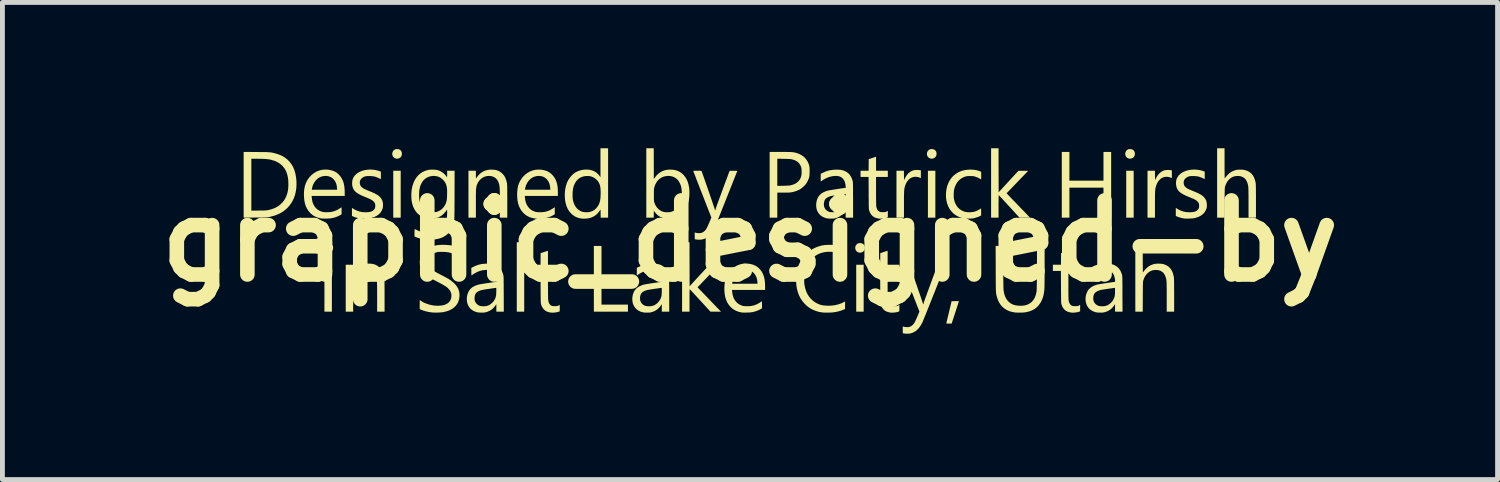
<source format=kicad_pcb>
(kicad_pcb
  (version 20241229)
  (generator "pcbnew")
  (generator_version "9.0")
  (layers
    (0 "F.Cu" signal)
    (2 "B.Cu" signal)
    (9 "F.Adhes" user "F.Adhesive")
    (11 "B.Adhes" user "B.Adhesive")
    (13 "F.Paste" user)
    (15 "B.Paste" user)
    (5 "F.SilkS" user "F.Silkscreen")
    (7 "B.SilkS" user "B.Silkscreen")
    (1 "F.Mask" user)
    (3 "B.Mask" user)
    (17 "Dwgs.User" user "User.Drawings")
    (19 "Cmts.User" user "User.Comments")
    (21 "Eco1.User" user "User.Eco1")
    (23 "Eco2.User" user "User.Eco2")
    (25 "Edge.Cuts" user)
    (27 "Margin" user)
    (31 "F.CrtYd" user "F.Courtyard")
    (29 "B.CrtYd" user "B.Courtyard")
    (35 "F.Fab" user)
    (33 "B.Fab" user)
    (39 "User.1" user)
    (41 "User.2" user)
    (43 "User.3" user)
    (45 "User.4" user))
  (footprint "graphic_designed-by"
    (layer "F.Cu")
    (at 12.381 1.908)
    (property "Reference" "graphic_designed-by" (at 0 0 0) (layer "F.SilkS") (effects (font (size 1.524 1.524) (thickness 0.3))))
    (attr board_only exclude_from_pos_files exclude_from_bom)
    (fp_poly (pts (xy -8.603 1.454) (xy -8.756 1.454) (xy -8.756 0.489) (xy -8.603 0.489)) (stroke (width 0) (type solid)) (fill yes) (layer "F.SilkS"))
    (fp_poly (pts (xy -7.187 -0.48) (xy -7.34 -0.48) (xy -7.34 -1.445) (xy -7.187 -1.445)) (stroke (width 0) (type solid)) (fill yes) (layer "F.SilkS"))
    (fp_poly (pts (xy -4.646 1.454) (xy -4.799 1.454) (xy -4.799 0.026) (xy -4.646 0.026)) (stroke (width 0) (type solid)) (fill yes) (layer "F.SilkS"))
    (fp_poly (pts (xy 2.338 1.454) (xy 2.185 1.454) (xy 2.185 0.489) (xy 2.338 0.489)) (stroke (width 0) (type solid)) (fill yes) (layer "F.SilkS"))
    (fp_poly (pts (xy 3.813 -0.48) (xy 3.66 -0.48) (xy 3.66 -1.445) (xy 3.813 -1.445)) (stroke (width 0) (type solid)) (fill yes) (layer "F.SilkS"))
    (fp_poly (pts (xy 7.893 -0.48) (xy 7.74 -0.48) (xy 7.74 -1.445) (xy 7.893 -1.445)) (stroke (width 0) (type solid)) (fill yes) (layer "F.SilkS"))
    (fp_poly (pts (xy -3.056 1.309) (xy -2.512 1.309) (xy -2.512 1.454) (xy -3.213 1.454) (xy -3.213 0.102) (xy -3.056 0.102)) (stroke (width 0) (type solid)) (fill yes) (layer "F.SilkS"))
    (fp_poly (pts (xy 6.571 -1.241) (xy 7.272 -1.241) (xy 7.272 -1.832) (xy 7.43 -1.832) (xy 7.43 -0.48) (xy 7.272 -0.48) (xy 7.272 -1.097) (xy 6.571 -1.097) (xy 6.571 -0.48) (xy 6.414 -0.48) (xy 6.414 -1.832) (xy 6.571 -1.832)) (stroke (width 0) (type solid)) (fill yes) (layer "F.SilkS"))
    (fp_poly (pts (xy -8.647 0.046) (xy -8.621 0.056) (xy -8.601 0.072) (xy -8.586 0.095) (xy -8.579 0.122) (xy -8.577 0.141) (xy -8.581 0.17) (xy -8.592 0.196) (xy -8.609 0.216) (xy -8.633 0.231) (xy -8.647 0.236) (xy -8.667 0.241) (xy -8.684 0.241) (xy -8.702 0.238) (xy -8.707 0.236) (xy -8.733 0.224) (xy -8.754 0.206) (xy -8.768 0.182) (xy -8.775 0.154) (xy -8.776 0.152) (xy -8.775 0.123) (xy -8.767 0.096) (xy -8.753 0.076) (xy -8.733 0.058) (xy -8.712 0.047) (xy -8.688 0.043) (xy -8.677 0.043)) (stroke (width 0) (type solid)) (fill yes) (layer "F.SilkS"))
    (fp_poly (pts (xy -7.231 -1.888) (xy -7.205 -1.878) (xy -7.185 -1.861) (xy -7.171 -1.839) (xy -7.163 -1.812) (xy -7.162 -1.793) (xy -7.166 -1.764) (xy -7.176 -1.738) (xy -7.194 -1.718) (xy -7.218 -1.703) (xy -7.232 -1.698) (xy -7.252 -1.693) (xy -7.269 -1.693) (xy -7.287 -1.696) (xy -7.292 -1.698) (xy -7.318 -1.71) (xy -7.339 -1.728) (xy -7.353 -1.752) (xy -7.36 -1.78) (xy -7.36 -1.782) (xy -7.36 -1.811) (xy -7.351 -1.837) (xy -7.337 -1.858) (xy -7.318 -1.876) (xy -7.297 -1.887) (xy -7.272 -1.891) (xy -7.262 -1.891)) (stroke (width 0) (type solid)) (fill yes) (layer "F.SilkS"))
    (fp_poly (pts (xy 2.294 0.046) (xy 2.32 0.056) (xy 2.34 0.072) (xy 2.354 0.095) (xy 2.362 0.122) (xy 2.363 0.141) (xy 2.359 0.17) (xy 2.349 0.196) (xy 2.331 0.216) (xy 2.307 0.231) (xy 2.293 0.236) (xy 2.273 0.241) (xy 2.256 0.241) (xy 2.238 0.238) (xy 2.233 0.236) (xy 2.207 0.224) (xy 2.186 0.206) (xy 2.172 0.182) (xy 2.165 0.154) (xy 2.165 0.152) (xy 2.165 0.123) (xy 2.174 0.096) (xy 2.188 0.076) (xy 2.207 0.058) (xy 2.228 0.047) (xy 2.253 0.043) (xy 2.263 0.043)) (stroke (width 0) (type solid)) (fill yes) (layer "F.SilkS"))
    (fp_poly (pts (xy 3.769 -1.888) (xy 3.794 -1.878) (xy 3.815 -1.861) (xy 3.829 -1.839) (xy 3.837 -1.812) (xy 3.838 -1.793) (xy 3.834 -1.764) (xy 3.823 -1.738) (xy 3.806 -1.718) (xy 3.782 -1.703) (xy 3.768 -1.698) (xy 3.748 -1.693) (xy 3.731 -1.693) (xy 3.713 -1.696) (xy 3.708 -1.698) (xy 3.682 -1.71) (xy 3.661 -1.728) (xy 3.647 -1.752) (xy 3.64 -1.78) (xy 3.64 -1.782) (xy 3.64 -1.811) (xy 3.649 -1.837) (xy 3.663 -1.858) (xy 3.682 -1.876) (xy 3.703 -1.887) (xy 3.727 -1.891) (xy 3.738 -1.891)) (stroke (width 0) (type solid)) (fill yes) (layer "F.SilkS"))
    (fp_poly (pts (xy 7.849 -1.888) (xy 7.875 -1.878) (xy 7.895 -1.861) (xy 7.909 -1.839) (xy 7.917 -1.812) (xy 7.918 -1.793) (xy 7.915 -1.764) (xy 7.904 -1.738) (xy 7.886 -1.718) (xy 7.862 -1.703) (xy 7.849 -1.698) (xy 7.828 -1.693) (xy 7.812 -1.693) (xy 7.794 -1.696) (xy 7.788 -1.698) (xy 7.762 -1.71) (xy 7.742 -1.728) (xy 7.727 -1.752) (xy 7.72 -1.78) (xy 7.72 -1.782) (xy 7.721 -1.811) (xy 7.729 -1.837) (xy 7.743 -1.858) (xy 7.763 -1.876) (xy 7.783 -1.887) (xy 7.808 -1.891) (xy 7.818 -1.891)) (stroke (width 0) (type solid)) (fill yes) (layer "F.SilkS"))
    (fp_poly (pts (xy 4.267 1.238) (xy 4.283 1.238) (xy 4.294 1.239) (xy 4.297 1.239) (xy 4.296 1.244) (xy 4.292 1.256) (xy 4.286 1.274) (xy 4.279 1.298) (xy 4.27 1.326) (xy 4.259 1.359) (xy 4.247 1.395) (xy 4.235 1.433) (xy 4.222 1.473) (xy 4.209 1.513) (xy 4.196 1.554) (xy 4.183 1.594) (xy 4.17 1.631) (xy 4.167 1.642) (xy 4.148 1.7) (xy 4.093 1.7) (xy 4.072 1.7) (xy 4.055 1.699) (xy 4.043 1.698) (xy 4.038 1.697) (xy 4.038 1.697) (xy 4.039 1.692) (xy 4.042 1.68) (xy 4.046 1.661) (xy 4.052 1.636) (xy 4.059 1.606) (xy 4.067 1.572) (xy 4.077 1.534) (xy 4.086 1.492) (xy 4.093 1.466) (xy 4.147 1.239) (xy 4.222 1.238) (xy 4.246 1.238)) (stroke (width 0) (type solid)) (fill yes) (layer "F.SilkS"))
    (fp_poly (pts (xy 3.469 -1.46) (xy 3.486 -1.458) (xy 3.515 -1.453) (xy 3.515 -1.293) (xy 3.492 -1.303) (xy 3.464 -1.313) (xy 3.432 -1.319) (xy 3.398 -1.321) (xy 3.372 -1.318) (xy 3.333 -1.308) (xy 3.298 -1.29) (xy 3.266 -1.264) (xy 3.238 -1.232) (xy 3.214 -1.193) (xy 3.195 -1.148) (xy 3.183 -1.111) (xy 3.18 -1.097) (xy 3.177 -1.083) (xy 3.175 -1.067) (xy 3.173 -1.049) (xy 3.171 -1.028) (xy 3.17 -1.004) (xy 3.169 -0.976) (xy 3.168 -0.942) (xy 3.167 -0.904) (xy 3.167 -0.859) (xy 3.167 -0.807) (xy 3.167 -0.747) (xy 3.167 -0.737) (xy 3.167 -0.48) (xy 3.013 -0.48) (xy 3.013 -1.445) (xy 3.166 -1.445) (xy 3.167 -1.346) (xy 3.168 -1.315) (xy 3.168 -1.291) (xy 3.169 -1.275) (xy 3.17 -1.264) (xy 3.17 -1.258) (xy 3.172 -1.257) (xy 3.173 -1.259) (xy 3.175 -1.262) (xy 3.199 -1.313) (xy 3.227 -1.356) (xy 3.258 -1.393) (xy 3.294 -1.422) (xy 3.332 -1.443) (xy 3.344 -1.448) (xy 3.371 -1.456) (xy 3.403 -1.46) (xy 3.436 -1.462)) (stroke (width 0) (type solid)) (fill yes) (layer "F.SilkS"))
    (fp_poly (pts (xy 8.633 -1.46) (xy 8.65 -1.458) (xy 8.679 -1.453) (xy 8.679 -1.293) (xy 8.656 -1.303) (xy 8.628 -1.313) (xy 8.596 -1.319) (xy 8.563 -1.321) (xy 8.536 -1.318) (xy 8.497 -1.308) (xy 8.462 -1.29) (xy 8.43 -1.264) (xy 8.402 -1.232) (xy 8.378 -1.193) (xy 8.359 -1.148) (xy 8.348 -1.111) (xy 8.344 -1.097) (xy 8.341 -1.083) (xy 8.339 -1.067) (xy 8.337 -1.049) (xy 8.335 -1.028) (xy 8.334 -1.004) (xy 8.333 -0.976) (xy 8.332 -0.942) (xy 8.331 -0.904) (xy 8.331 -0.859) (xy 8.331 -0.807) (xy 8.331 -0.747) (xy 8.331 -0.737) (xy 8.331 -0.48) (xy 8.178 -0.48) (xy 8.178 -1.445) (xy 8.33 -1.445) (xy 8.332 -1.346) (xy 8.332 -1.315) (xy 8.332 -1.291) (xy 8.333 -1.275) (xy 8.334 -1.264) (xy 8.335 -1.258) (xy 8.336 -1.257) (xy 8.338 -1.259) (xy 8.339 -1.262) (xy 8.363 -1.313) (xy 8.391 -1.356) (xy 8.423 -1.393) (xy 8.458 -1.422) (xy 8.496 -1.443) (xy 8.509 -1.448) (xy 8.535 -1.456) (xy 8.567 -1.46) (xy 8.6 -1.462)) (stroke (width 0) (type solid)) (fill yes) (layer "F.SilkS"))
    (fp_poly (pts (xy 5.114 -1.455) (xy 5.115 -1.002) (xy 5.317 -1.222) (xy 5.35 -1.258) (xy 5.382 -1.293) (xy 5.412 -1.325) (xy 5.439 -1.355) (xy 5.464 -1.381) (xy 5.484 -1.403) (xy 5.501 -1.421) (xy 5.513 -1.434) (xy 5.521 -1.442) (xy 5.523 -1.443) (xy 5.528 -1.444) (xy 5.541 -1.444) (xy 5.56 -1.444) (xy 5.583 -1.444) (xy 5.61 -1.444) (xy 5.625 -1.444) (xy 5.722 -1.443) (xy 5.278 -0.981) (xy 5.312 -0.946) (xy 5.321 -0.937) (xy 5.335 -0.922) (xy 5.354 -0.902) (xy 5.377 -0.879) (xy 5.403 -0.851) (xy 5.432 -0.821) (xy 5.463 -0.789) (xy 5.496 -0.755) (xy 5.525 -0.725) (xy 5.558 -0.69) (xy 5.59 -0.657) (xy 5.621 -0.626) (xy 5.649 -0.597) (xy 5.674 -0.571) (xy 5.696 -0.548) (xy 5.713 -0.53) (xy 5.726 -0.516) (xy 5.733 -0.509) (xy 5.761 -0.48) (xy 5.544 -0.48) (xy 5.332 -0.712) (xy 5.297 -0.749) (xy 5.265 -0.785) (xy 5.234 -0.818) (xy 5.206 -0.849) (xy 5.181 -0.876) (xy 5.159 -0.899) (xy 5.141 -0.918) (xy 5.128 -0.932) (xy 5.12 -0.941) (xy 5.116 -0.944) (xy 5.116 -0.939) (xy 5.115 -0.928) (xy 5.115 -0.909) (xy 5.114 -0.884) (xy 5.114 -0.853) (xy 5.114 -0.818) (xy 5.113 -0.779) (xy 5.113 -0.737) (xy 5.113 -0.712) (xy 5.113 -0.48) (xy 4.96 -0.48) (xy 4.96 -1.908) (xy 5.113 -1.908)) (stroke (width 0) (type solid)) (fill yes) (layer "F.SilkS"))
    (fp_poly (pts (xy -1.244 0.479) (xy -1.243 0.932) (xy -1.042 0.712) (xy -1.008 0.676) (xy -0.976 0.641) (xy -0.946 0.609) (xy -0.919 0.579) (xy -0.895 0.553) (xy -0.874 0.531) (xy -0.857 0.513) (xy -0.845 0.5) (xy -0.838 0.492) (xy -0.836 0.49) (xy -0.83 0.49) (xy -0.817 0.49) (xy -0.799 0.489) (xy -0.775 0.489) (xy -0.749 0.49) (xy -0.733 0.49) (xy -0.636 0.491) (xy -0.858 0.722) (xy -1.08 0.953) (xy -1.047 0.988) (xy -1.038 0.997) (xy -1.023 1.012) (xy -1.004 1.031) (xy -0.981 1.055) (xy -0.955 1.083) (xy -0.926 1.113) (xy -0.895 1.145) (xy -0.863 1.178) (xy -0.833 1.209) (xy -0.8 1.243) (xy -0.768 1.277) (xy -0.738 1.308) (xy -0.71 1.337) (xy -0.685 1.363) (xy -0.663 1.386) (xy -0.645 1.404) (xy -0.632 1.418) (xy -0.625 1.425) (xy -0.597 1.454) (xy -0.814 1.454) (xy -1.027 1.222) (xy -1.061 1.185) (xy -1.094 1.149) (xy -1.124 1.116) (xy -1.153 1.085) (xy -1.178 1.058) (xy -1.199 1.035) (xy -1.217 1.016) (xy -1.23 1.002) (xy -1.239 0.993) (xy -1.242 0.99) (xy -1.243 0.994) (xy -1.243 1.006) (xy -1.244 1.025) (xy -1.244 1.05) (xy -1.245 1.081) (xy -1.245 1.116) (xy -1.245 1.155) (xy -1.245 1.197) (xy -1.245 1.222) (xy -1.245 1.454) (xy -1.398 1.454) (xy -1.398 0.026) (xy -1.245 0.026)) (stroke (width 0) (type solid)) (fill yes) (layer "F.SilkS"))
    (fp_poly (pts (xy -4.157 0.489) (xy -3.915 0.489) (xy -3.915 0.616) (xy -4.157 0.616) (xy -4.157 0.902) (xy -4.157 0.956) (xy -4.156 1.006) (xy -4.156 1.053) (xy -4.156 1.096) (xy -4.155 1.133) (xy -4.155 1.164) (xy -4.154 1.19) (xy -4.153 1.207) (xy -4.152 1.218) (xy -4.152 1.218) (xy -4.145 1.254) (xy -4.134 1.283) (xy -4.118 1.306) (xy -4.098 1.324) (xy -4.086 1.331) (xy -4.076 1.335) (xy -4.065 1.338) (xy -4.053 1.34) (xy -4.036 1.341) (xy -4.016 1.341) (xy -3.995 1.341) (xy -3.979 1.34) (xy -3.968 1.338) (xy -3.958 1.336) (xy -3.947 1.331) (xy -3.941 1.328) (xy -3.915 1.315) (xy -3.915 1.446) (xy -3.934 1.454) (xy -3.955 1.461) (xy -3.981 1.467) (xy -4.011 1.471) (xy -4.042 1.474) (xy -4.071 1.475) (xy -4.096 1.473) (xy -4.104 1.472) (xy -4.113 1.47) (xy -4.126 1.468) (xy -4.136 1.466) (xy -4.175 1.454) (xy -4.21 1.435) (xy -4.241 1.409) (xy -4.266 1.377) (xy -4.287 1.338) (xy -4.3 1.3) (xy -4.301 1.294) (xy -4.303 1.288) (xy -4.304 1.279) (xy -4.304 1.269) (xy -4.305 1.256) (xy -4.306 1.239) (xy -4.306 1.218) (xy -4.307 1.193) (xy -4.307 1.162) (xy -4.308 1.126) (xy -4.308 1.083) (xy -4.308 1.033) (xy -4.309 0.976) (xy -4.309 0.945) (xy -4.31 0.616) (xy -4.476 0.616) (xy -4.476 0.489) (xy -4.31 0.489) (xy -4.309 0.369) (xy -4.308 0.25) (xy -4.232 0.225) (xy -4.157 0.201)) (stroke (width 0) (type solid)) (fill yes) (layer "F.SilkS"))
    (fp_poly (pts (xy 2.593 -1.445) (xy 2.835 -1.445) (xy 2.835 -1.318) (xy 2.593 -1.318) (xy 2.593 -1.032) (xy 2.593 -0.978) (xy 2.593 -0.927) (xy 2.593 -0.881) (xy 2.594 -0.838) (xy 2.594 -0.801) (xy 2.595 -0.769) (xy 2.596 -0.744) (xy 2.596 -0.726) (xy 2.597 -0.716) (xy 2.597 -0.716) (xy 2.605 -0.68) (xy 2.616 -0.65) (xy 2.631 -0.627) (xy 2.652 -0.61) (xy 2.664 -0.603) (xy 2.674 -0.599) (xy 2.684 -0.596) (xy 2.696 -0.594) (xy 2.713 -0.593) (xy 2.733 -0.593) (xy 2.755 -0.593) (xy 2.77 -0.594) (xy 2.782 -0.595) (xy 2.792 -0.598) (xy 2.803 -0.603) (xy 2.809 -0.606) (xy 2.835 -0.619) (xy 2.835 -0.488) (xy 2.815 -0.48) (xy 2.795 -0.473) (xy 2.768 -0.467) (xy 2.738 -0.462) (xy 2.708 -0.46) (xy 2.679 -0.459) (xy 2.654 -0.46) (xy 2.646 -0.462) (xy 2.637 -0.463) (xy 2.623 -0.466) (xy 2.614 -0.468) (xy 2.575 -0.48) (xy 2.539 -0.499) (xy 2.509 -0.525) (xy 2.483 -0.557) (xy 2.463 -0.596) (xy 2.45 -0.634) (xy 2.448 -0.639) (xy 2.447 -0.646) (xy 2.446 -0.654) (xy 2.445 -0.665) (xy 2.444 -0.678) (xy 2.444 -0.695) (xy 2.443 -0.716) (xy 2.443 -0.741) (xy 2.442 -0.772) (xy 2.442 -0.808) (xy 2.442 -0.851) (xy 2.441 -0.9) (xy 2.441 -0.958) (xy 2.441 -0.989) (xy 2.439 -1.318) (xy 2.274 -1.318) (xy 2.274 -1.445) (xy 2.44 -1.445) (xy 2.441 -1.565) (xy 2.442 -1.684) (xy 2.517 -1.709) (xy 2.593 -1.733)) (stroke (width 0) (type solid)) (fill yes) (layer "F.SilkS"))
    (fp_poly (pts (xy 2.831 0.489) (xy 3.073 0.489) (xy 3.073 0.616) (xy 2.831 0.616) (xy 2.831 0.902) (xy 2.831 0.956) (xy 2.831 1.006) (xy 2.831 1.053) (xy 2.832 1.096) (xy 2.832 1.133) (xy 2.833 1.164) (xy 2.834 1.19) (xy 2.834 1.207) (xy 2.835 1.218) (xy 2.835 1.218) (xy 2.843 1.254) (xy 2.854 1.283) (xy 2.869 1.306) (xy 2.89 1.324) (xy 2.902 1.331) (xy 2.912 1.335) (xy 2.922 1.338) (xy 2.934 1.34) (xy 2.951 1.341) (xy 2.971 1.341) (xy 2.993 1.341) (xy 3.008 1.34) (xy 3.02 1.338) (xy 3.03 1.336) (xy 3.041 1.331) (xy 3.047 1.328) (xy 3.073 1.315) (xy 3.073 1.446) (xy 3.053 1.454) (xy 3.033 1.461) (xy 3.006 1.467) (xy 2.976 1.471) (xy 2.946 1.474) (xy 2.917 1.475) (xy 2.892 1.473) (xy 2.884 1.472) (xy 2.875 1.47) (xy 2.861 1.468) (xy 2.852 1.466) (xy 2.813 1.454) (xy 2.777 1.435) (xy 2.747 1.409) (xy 2.721 1.377) (xy 2.701 1.338) (xy 2.688 1.3) (xy 2.686 1.294) (xy 2.685 1.288) (xy 2.684 1.279) (xy 2.683 1.269) (xy 2.682 1.256) (xy 2.682 1.239) (xy 2.681 1.218) (xy 2.681 1.193) (xy 2.68 1.162) (xy 2.68 1.126) (xy 2.68 1.083) (xy 2.679 1.033) (xy 2.679 0.976) (xy 2.679 0.945) (xy 2.677 0.616) (xy 2.512 0.616) (xy 2.512 0.489) (xy 2.678 0.489) (xy 2.679 0.369) (xy 2.68 0.25) (xy 2.755 0.225) (xy 2.831 0.201)) (stroke (width 0) (type solid)) (fill yes) (layer "F.SilkS"))
    (fp_poly (pts (xy 6.55 0.489) (xy 6.792 0.489) (xy 6.792 0.616) (xy 6.55 0.616) (xy 6.55 0.902) (xy 6.55 0.956) (xy 6.55 1.006) (xy 6.55 1.053) (xy 6.551 1.096) (xy 6.551 1.133) (xy 6.552 1.164) (xy 6.553 1.19) (xy 6.553 1.207) (xy 6.554 1.218) (xy 6.554 1.218) (xy 6.562 1.254) (xy 6.573 1.283) (xy 6.588 1.306) (xy 6.609 1.324) (xy 6.621 1.331) (xy 6.631 1.335) (xy 6.641 1.338) (xy 6.653 1.34) (xy 6.67 1.341) (xy 6.69 1.341) (xy 6.712 1.341) (xy 6.727 1.34) (xy 6.739 1.338) (xy 6.749 1.336) (xy 6.76 1.331) (xy 6.766 1.328) (xy 6.792 1.315) (xy 6.792 1.446) (xy 6.772 1.454) (xy 6.752 1.461) (xy 6.725 1.467) (xy 6.695 1.471) (xy 6.665 1.474) (xy 6.636 1.475) (xy 6.611 1.473) (xy 6.603 1.472) (xy 6.594 1.47) (xy 6.58 1.468) (xy 6.571 1.466) (xy 6.532 1.454) (xy 6.497 1.435) (xy 6.466 1.409) (xy 6.44 1.377) (xy 6.42 1.338) (xy 6.407 1.3) (xy 6.405 1.294) (xy 6.404 1.288) (xy 6.403 1.279) (xy 6.402 1.269) (xy 6.401 1.256) (xy 6.401 1.239) (xy 6.4 1.218) (xy 6.4 1.193) (xy 6.399 1.162) (xy 6.399 1.126) (xy 6.399 1.083) (xy 6.398 1.033) (xy 6.398 0.976) (xy 6.398 0.945) (xy 6.396 0.616) (xy 6.231 0.616) (xy 6.231 0.489) (xy 6.397 0.489) (xy 6.398 0.369) (xy 6.399 0.25) (xy 6.474 0.225) (xy 6.55 0.201)) (stroke (width 0) (type solid)) (fill yes) (layer "F.SilkS"))
    (fp_poly (pts (xy -7.797 0.467) (xy -7.764 0.472) (xy -7.748 0.475) (xy -7.707 0.489) (xy -7.672 0.507) (xy -7.64 0.53) (xy -7.618 0.55) (xy -7.6 0.569) (xy -7.587 0.586) (xy -7.576 0.603) (xy -7.565 0.623) (xy -7.564 0.625) (xy -7.542 0.68) (xy -7.527 0.739) (xy -7.523 0.763) (xy -7.522 0.773) (xy -7.522 0.79) (xy -7.521 0.815) (xy -7.521 0.847) (xy -7.52 0.885) (xy -7.52 0.929) (xy -7.519 0.979) (xy -7.519 1.032) (xy -7.519 1.09) (xy -7.519 1.123) (xy -7.519 1.454) (xy -7.672 1.454) (xy -7.672 1.157) (xy -7.672 1.095) (xy -7.672 1.04) (xy -7.672 0.993) (xy -7.673 0.952) (xy -7.673 0.917) (xy -7.674 0.887) (xy -7.675 0.861) (xy -7.676 0.84) (xy -7.677 0.821) (xy -7.679 0.806) (xy -7.681 0.791) (xy -7.684 0.778) (xy -7.687 0.766) (xy -7.689 0.757) (xy -7.705 0.714) (xy -7.725 0.677) (xy -7.752 0.647) (xy -7.783 0.624) (xy -7.819 0.607) (xy -7.86 0.598) (xy -7.895 0.595) (xy -7.941 0.599) (xy -7.985 0.611) (xy -8.025 0.63) (xy -8.061 0.656) (xy -8.093 0.689) (xy -8.119 0.727) (xy -8.14 0.771) (xy -8.147 0.791) (xy -8.151 0.802) (xy -8.154 0.813) (xy -8.156 0.825) (xy -8.158 0.839) (xy -8.16 0.854) (xy -8.161 0.873) (xy -8.162 0.895) (xy -8.163 0.921) (xy -8.164 0.952) (xy -8.164 0.988) (xy -8.165 1.031) (xy -8.165 1.081) (xy -8.165 1.138) (xy -8.165 1.169) (xy -8.165 1.454) (xy -8.318 1.454) (xy -8.318 0.489) (xy -8.165 0.489) (xy -8.165 0.567) (xy -8.165 0.592) (xy -8.164 0.614) (xy -8.163 0.631) (xy -8.162 0.642) (xy -8.161 0.646) (xy -8.157 0.643) (xy -8.153 0.636) (xy -8.146 0.624) (xy -8.133 0.607) (xy -8.117 0.588) (xy -8.1 0.569) (xy -8.082 0.552) (xy -8.068 0.54) (xy -8.025 0.51) (xy -7.977 0.488) (xy -7.936 0.475) (xy -7.906 0.47) (xy -7.87 0.466) (xy -7.833 0.466)) (stroke (width 0) (type solid)) (fill yes) (layer "F.SilkS"))
    (fp_poly (pts (xy -5.272 -1.466) (xy -5.24 -1.462) (xy -5.223 -1.459) (xy -5.182 -1.445) (xy -5.147 -1.427) (xy -5.115 -1.404) (xy -5.093 -1.384) (xy -5.076 -1.365) (xy -5.062 -1.348) (xy -5.051 -1.331) (xy -5.04 -1.311) (xy -5.039 -1.309) (xy -5.017 -1.254) (xy -5.002 -1.195) (xy -4.999 -1.171) (xy -4.998 -1.161) (xy -4.997 -1.144) (xy -4.996 -1.119) (xy -4.996 -1.087) (xy -4.995 -1.048) (xy -4.995 -1.004) (xy -4.995 -0.955) (xy -4.994 -0.901) (xy -4.994 -0.844) (xy -4.994 -0.811) (xy -4.994 -0.48) (xy -5.147 -0.48) (xy -5.147 -0.777) (xy -5.147 -0.839) (xy -5.147 -0.894) (xy -5.148 -0.941) (xy -5.148 -0.982) (xy -5.148 -1.017) (xy -5.149 -1.047) (xy -5.15 -1.072) (xy -5.151 -1.094) (xy -5.153 -1.112) (xy -5.155 -1.128) (xy -5.157 -1.142) (xy -5.159 -1.155) (xy -5.162 -1.168) (xy -5.165 -1.177) (xy -5.18 -1.22) (xy -5.201 -1.257) (xy -5.227 -1.287) (xy -5.258 -1.31) (xy -5.294 -1.327) (xy -5.335 -1.336) (xy -5.37 -1.339) (xy -5.416 -1.335) (xy -5.46 -1.323) (xy -5.5 -1.304) (xy -5.536 -1.278) (xy -5.568 -1.245) (xy -5.595 -1.207) (xy -5.616 -1.163) (xy -5.623 -1.143) (xy -5.626 -1.132) (xy -5.629 -1.121) (xy -5.631 -1.109) (xy -5.633 -1.095) (xy -5.635 -1.08) (xy -5.637 -1.061) (xy -5.638 -1.039) (xy -5.639 -1.013) (xy -5.639 -0.982) (xy -5.64 -0.945) (xy -5.64 -0.903) (xy -5.64 -0.853) (xy -5.64 -0.796) (xy -5.64 -0.765) (xy -5.64 -0.48) (xy -5.793 -0.48) (xy -5.793 -1.445) (xy -5.64 -1.445) (xy -5.64 -1.366) (xy -5.64 -1.342) (xy -5.64 -1.32) (xy -5.639 -1.303) (xy -5.638 -1.292) (xy -5.637 -1.288) (xy -5.632 -1.291) (xy -5.629 -1.297) (xy -5.621 -1.31) (xy -5.608 -1.327) (xy -5.593 -1.346) (xy -5.575 -1.365) (xy -5.558 -1.382) (xy -5.544 -1.394) (xy -5.501 -1.424) (xy -5.453 -1.446) (xy -5.412 -1.459) (xy -5.381 -1.464) (xy -5.346 -1.468) (xy -5.309 -1.468)) (stroke (width 0) (type solid)) (fill yes) (layer "F.SilkS"))
    (fp_poly (pts (xy 0.681 -1.832) (xy 0.728 -1.832) (xy 0.769 -1.831) (xy 0.803 -1.831) (xy 0.833 -1.83) (xy 0.858 -1.828) (xy 0.88 -1.826) (xy 0.899 -1.824) (xy 0.916 -1.821) (xy 0.932 -1.817) (xy 0.948 -1.813) (xy 0.965 -1.808) (xy 0.971 -1.806) (xy 1.026 -1.784) (xy 1.074 -1.757) (xy 1.116 -1.724) (xy 1.151 -1.685) (xy 1.181 -1.64) (xy 1.188 -1.626) (xy 1.2 -1.601) (xy 1.209 -1.578) (xy 1.216 -1.556) (xy 1.221 -1.534) (xy 1.224 -1.509) (xy 1.225 -1.479) (xy 1.226 -1.443) (xy 1.226 -1.432) (xy 1.225 -1.395) (xy 1.224 -1.364) (xy 1.222 -1.338) (xy 1.218 -1.315) (xy 1.211 -1.293) (xy 1.203 -1.271) (xy 1.192 -1.246) (xy 1.19 -1.242) (xy 1.173 -1.209) (xy 1.156 -1.182) (xy 1.137 -1.157) (xy 1.114 -1.132) (xy 1.07 -1.093) (xy 1.022 -1.06) (xy 0.97 -1.035) (xy 0.912 -1.015) (xy 0.849 -1.001) (xy 0.848 -1.001) (xy 0.831 -0.999) (xy 0.81 -0.997) (xy 0.783 -0.996) (xy 0.751 -0.995) (xy 0.711 -0.995) (xy 0.685 -0.995) (xy 0.561 -0.995) (xy 0.561 -0.48) (xy 0.404 -0.48) (xy 0.404 -1.693) (xy 0.561 -1.693) (xy 0.561 -1.134) (xy 0.681 -1.136) (xy 0.719 -1.137) (xy 0.75 -1.138) (xy 0.775 -1.139) (xy 0.795 -1.14) (xy 0.812 -1.142) (xy 0.827 -1.144) (xy 0.84 -1.147) (xy 0.89 -1.161) (xy 0.934 -1.181) (xy 0.972 -1.207) (xy 1.004 -1.238) (xy 1.03 -1.275) (xy 1.048 -1.316) (xy 1.056 -1.346) (xy 1.06 -1.366) (xy 1.061 -1.391) (xy 1.062 -1.42) (xy 1.061 -1.449) (xy 1.06 -1.476) (xy 1.057 -1.5) (xy 1.053 -1.517) (xy 1.053 -1.518) (xy 1.035 -1.559) (xy 1.012 -1.595) (xy 0.982 -1.625) (xy 0.946 -1.649) (xy 0.904 -1.668) (xy 0.861 -1.68) (xy 0.848 -1.682) (xy 0.835 -1.684) (xy 0.819 -1.686) (xy 0.801 -1.687) (xy 0.778 -1.688) (xy 0.749 -1.689) (xy 0.714 -1.69) (xy 0.692 -1.69) (xy 0.561 -1.693) (xy 0.404 -1.693) (xy 0.404 -1.832) (xy 0.625 -1.832)) (stroke (width 0) (type solid)) (fill yes) (layer "F.SilkS"))
    (fp_poly (pts (xy 8.08 0.336) (xy 8.08 0.386) (xy 8.08 0.434) (xy 8.08 0.479) (xy 8.081 0.52) (xy 8.081 0.556) (xy 8.081 0.587) (xy 8.082 0.612) (xy 8.082 0.631) (xy 8.083 0.642) (xy 8.083 0.646) (xy 8.087 0.643) (xy 8.094 0.634) (xy 8.102 0.622) (xy 8.103 0.62) (xy 8.114 0.606) (xy 8.128 0.589) (xy 8.145 0.572) (xy 8.158 0.559) (xy 8.198 0.525) (xy 8.243 0.499) (xy 8.293 0.48) (xy 8.307 0.475) (xy 8.335 0.47) (xy 8.368 0.467) (xy 8.403 0.466) (xy 8.439 0.467) (xy 8.472 0.47) (xy 8.5 0.475) (xy 8.502 0.475) (xy 8.549 0.492) (xy 8.591 0.514) (xy 8.626 0.542) (xy 8.657 0.577) (xy 8.682 0.618) (xy 8.701 0.665) (xy 8.715 0.719) (xy 8.722 0.754) (xy 8.722 0.764) (xy 8.723 0.782) (xy 8.724 0.807) (xy 8.724 0.839) (xy 8.725 0.877) (xy 8.725 0.921) (xy 8.725 0.97) (xy 8.726 1.025) (xy 8.726 1.083) (xy 8.726 1.119) (xy 8.726 1.454) (xy 8.573 1.454) (xy 8.573 1.155) (xy 8.573 1.092) (xy 8.573 1.037) (xy 8.573 0.988) (xy 8.572 0.947) (xy 8.572 0.911) (xy 8.571 0.881) (xy 8.57 0.855) (xy 8.569 0.833) (xy 8.567 0.814) (xy 8.565 0.798) (xy 8.563 0.784) (xy 8.56 0.772) (xy 8.557 0.759) (xy 8.553 0.747) (xy 8.551 0.743) (xy 8.535 0.702) (xy 8.514 0.668) (xy 8.488 0.641) (xy 8.458 0.621) (xy 8.422 0.606) (xy 8.404 0.601) (xy 8.374 0.597) (xy 8.341 0.596) (xy 8.307 0.599) (xy 8.276 0.605) (xy 8.268 0.608) (xy 8.227 0.626) (xy 8.191 0.652) (xy 8.158 0.684) (xy 8.13 0.722) (xy 8.108 0.765) (xy 8.092 0.81) (xy 8.09 0.817) (xy 8.088 0.823) (xy 8.087 0.83) (xy 8.086 0.838) (xy 8.085 0.848) (xy 8.084 0.86) (xy 8.084 0.876) (xy 8.083 0.895) (xy 8.083 0.918) (xy 8.082 0.947) (xy 8.082 0.981) (xy 8.082 1.022) (xy 8.081 1.069) (xy 8.081 1.124) (xy 8.081 1.149) (xy 8.079 1.454) (xy 7.927 1.454) (xy 7.927 0.026) (xy 8.08 0.026)) (stroke (width 0) (type solid)) (fill yes) (layer "F.SilkS"))
    (fp_poly (pts (xy 9.763 -1.598) (xy 9.763 -1.548) (xy 9.763 -1.5) (xy 9.763 -1.455) (xy 9.764 -1.414) (xy 9.764 -1.378) (xy 9.764 -1.347) (xy 9.765 -1.322) (xy 9.765 -1.303) (xy 9.766 -1.292) (xy 9.766 -1.288) (xy 9.77 -1.291) (xy 9.777 -1.3) (xy 9.785 -1.312) (xy 9.786 -1.314) (xy 9.797 -1.327) (xy 9.811 -1.344) (xy 9.828 -1.362) (xy 9.841 -1.375) (xy 9.881 -1.409) (xy 9.926 -1.435) (xy 9.976 -1.454) (xy 9.99 -1.459) (xy 10.018 -1.464) (xy 10.051 -1.467) (xy 10.086 -1.468) (xy 10.122 -1.467) (xy 10.155 -1.464) (xy 10.183 -1.459) (xy 10.185 -1.458) (xy 10.232 -1.442) (xy 10.274 -1.42) (xy 10.31 -1.392) (xy 10.34 -1.357) (xy 10.365 -1.316) (xy 10.384 -1.269) (xy 10.399 -1.215) (xy 10.405 -1.179) (xy 10.405 -1.17) (xy 10.406 -1.152) (xy 10.407 -1.127) (xy 10.407 -1.095) (xy 10.408 -1.057) (xy 10.408 -1.013) (xy 10.409 -0.963) (xy 10.409 -0.909) (xy 10.409 -0.851) (xy 10.409 -0.815) (xy 10.409 -0.48) (xy 10.256 -0.48) (xy 10.256 -0.779) (xy 10.256 -0.842) (xy 10.256 -0.897) (xy 10.256 -0.945) (xy 10.255 -0.987) (xy 10.255 -1.023) (xy 10.254 -1.053) (xy 10.253 -1.079) (xy 10.252 -1.101) (xy 10.25 -1.12) (xy 10.248 -1.136) (xy 10.246 -1.15) (xy 10.243 -1.162) (xy 10.24 -1.174) (xy 10.236 -1.186) (xy 10.234 -1.191) (xy 10.218 -1.232) (xy 10.197 -1.266) (xy 10.172 -1.293) (xy 10.141 -1.313) (xy 10.105 -1.328) (xy 10.087 -1.333) (xy 10.058 -1.337) (xy 10.024 -1.338) (xy 9.99 -1.335) (xy 9.959 -1.328) (xy 9.951 -1.326) (xy 9.91 -1.308) (xy 9.874 -1.282) (xy 9.841 -1.25) (xy 9.813 -1.212) (xy 9.791 -1.169) (xy 9.775 -1.124) (xy 9.773 -1.117) (xy 9.772 -1.111) (xy 9.77 -1.104) (xy 9.769 -1.096) (xy 9.768 -1.086) (xy 9.767 -1.074) (xy 9.767 -1.058) (xy 9.766 -1.039) (xy 9.766 -1.015) (xy 9.765 -0.987) (xy 9.765 -0.953) (xy 9.765 -0.912) (xy 9.764 -0.865) (xy 9.764 -0.81) (xy 9.764 -0.785) (xy 9.763 -0.48) (xy 9.61 -0.48) (xy 9.61 -1.908) (xy 9.763 -1.908)) (stroke (width 0) (type solid)) (fill yes) (layer "F.SilkS"))
    (fp_poly (pts (xy -10.159 -1.831) (xy -10.102 -1.83) (xy -10.052 -1.83) (xy -10.009 -1.829) (xy -9.972 -1.829) (xy -9.941 -1.828) (xy -9.913 -1.827) (xy -9.89 -1.825) (xy -9.869 -1.823) (xy -9.849 -1.821) (xy -9.831 -1.817) (xy -9.814 -1.814) (xy -9.795 -1.809) (xy -9.775 -1.804) (xy -9.759 -1.8) (xy -9.689 -1.777) (xy -9.625 -1.749) (xy -9.568 -1.715) (xy -9.517 -1.675) (xy -9.472 -1.629) (xy -9.433 -1.577) (xy -9.4 -1.52) (xy -9.374 -1.457) (xy -9.354 -1.388) (xy -9.341 -1.318) (xy -9.332 -1.236) (xy -9.331 -1.155) (xy -9.336 -1.078) (xy -9.348 -1.003) (xy -9.366 -0.932) (xy -9.391 -0.866) (xy -9.423 -0.805) (xy -9.439 -0.778) (xy -9.483 -0.719) (xy -9.532 -0.667) (xy -9.587 -0.621) (xy -9.648 -0.581) (xy -9.714 -0.548) (xy -9.786 -0.521) (xy -9.864 -0.5) (xy -9.901 -0.492) (xy -9.912 -0.49) (xy -9.923 -0.489) (xy -9.935 -0.487) (xy -9.949 -0.486) (xy -9.966 -0.485) (xy -9.986 -0.484) (xy -10.01 -0.484) (xy -10.039 -0.483) (xy -10.074 -0.483) (xy -10.116 -0.482) (xy -10.165 -0.482) (xy -10.183 -0.482) (xy -10.418 -0.48) (xy -10.418 -1.692) (xy -10.26 -1.692) (xy -10.26 -0.624) (xy -10.106 -0.626) (xy -10.065 -0.626) (xy -10.031 -0.627) (xy -10.003 -0.627) (xy -9.981 -0.628) (xy -9.962 -0.629) (xy -9.947 -0.631) (xy -9.934 -0.632) (xy -9.921 -0.634) (xy -9.908 -0.637) (xy -9.906 -0.637) (xy -9.839 -0.655) (xy -9.777 -0.678) (xy -9.721 -0.708) (xy -9.671 -0.744) (xy -9.627 -0.785) (xy -9.589 -0.832) (xy -9.557 -0.884) (xy -9.533 -0.941) (xy -9.523 -0.972) (xy -9.514 -1.005) (xy -9.507 -1.037) (xy -9.503 -1.069) (xy -9.5 -1.103) (xy -9.498 -1.142) (xy -9.498 -1.173) (xy -9.5 -1.24) (xy -9.507 -1.301) (xy -9.518 -1.355) (xy -9.534 -1.406) (xy -9.554 -1.453) (xy -9.581 -1.497) (xy -9.582 -1.498) (xy -9.615 -1.54) (xy -9.655 -1.577) (xy -9.701 -1.609) (xy -9.753 -1.637) (xy -9.806 -1.657) (xy -9.835 -1.665) (xy -9.864 -1.673) (xy -9.895 -1.679) (xy -9.928 -1.683) (xy -9.964 -1.687) (xy -10.005 -1.689) (xy -10.052 -1.691) (xy -10.105 -1.691) (xy -10.14 -1.692) (xy -10.26 -1.692) (xy -10.418 -1.692) (xy -10.418 -1.832)) (stroke (width 0) (type solid)) (fill yes) (layer "F.SilkS"))
    (fp_poly (pts (xy 4.585 -1.467) (xy 4.643 -1.46) (xy 4.697 -1.446) (xy 4.744 -1.428) (xy 4.756 -1.422) (xy 4.756 -1.345) (xy 4.756 -1.32) (xy 4.756 -1.298) (xy 4.755 -1.281) (xy 4.754 -1.27) (xy 4.754 -1.267) (xy 4.749 -1.269) (xy 4.74 -1.274) (xy 4.74 -1.275) (xy 4.722 -1.286) (xy 4.698 -1.298) (xy 4.671 -1.31) (xy 4.644 -1.32) (xy 4.63 -1.325) (xy 4.613 -1.329) (xy 4.599 -1.333) (xy 4.584 -1.335) (xy 4.566 -1.336) (xy 4.542 -1.336) (xy 4.531 -1.336) (xy 4.497 -1.336) (xy 4.469 -1.334) (xy 4.445 -1.33) (xy 4.422 -1.323) (xy 4.398 -1.314) (xy 4.384 -1.307) (xy 4.339 -1.282) (xy 4.3 -1.249) (xy 4.266 -1.211) (xy 4.238 -1.166) (xy 4.216 -1.116) (xy 4.2 -1.062) (xy 4.197 -1.049) (xy 4.194 -1.025) (xy 4.192 -0.996) (xy 4.191 -0.963) (xy 4.191 -0.93) (xy 4.192 -0.899) (xy 4.194 -0.873) (xy 4.195 -0.869) (xy 4.207 -0.815) (xy 4.226 -0.767) (xy 4.251 -0.723) (xy 4.281 -0.684) (xy 4.317 -0.652) (xy 4.358 -0.626) (xy 4.403 -0.606) (xy 4.437 -0.597) (xy 4.469 -0.592) (xy 4.506 -0.591) (xy 4.544 -0.592) (xy 4.581 -0.596) (xy 4.608 -0.601) (xy 4.645 -0.613) (xy 4.684 -0.63) (xy 4.721 -0.65) (xy 4.735 -0.659) (xy 4.754 -0.671) (xy 4.755 -0.603) (xy 4.755 -0.579) (xy 4.755 -0.558) (xy 4.755 -0.542) (xy 4.755 -0.531) (xy 4.754 -0.528) (xy 4.748 -0.522) (xy 4.735 -0.514) (xy 4.716 -0.505) (xy 4.694 -0.496) (xy 4.668 -0.487) (xy 4.641 -0.478) (xy 4.614 -0.471) (xy 4.588 -0.466) (xy 4.585 -0.465) (xy 4.555 -0.462) (xy 4.521 -0.46) (xy 4.484 -0.46) (xy 4.448 -0.461) (xy 4.415 -0.463) (xy 4.395 -0.466) (xy 4.339 -0.48) (xy 4.286 -0.501) (xy 4.236 -0.528) (xy 4.192 -0.56) (xy 4.184 -0.567) (xy 4.142 -0.611) (xy 4.106 -0.66) (xy 4.077 -0.713) (xy 4.055 -0.771) (xy 4.04 -0.834) (xy 4.032 -0.899) (xy 4.031 -0.968) (xy 4.033 -0.998) (xy 4.042 -1.068) (xy 4.058 -1.134) (xy 4.081 -1.194) (xy 4.11 -1.249) (xy 4.145 -1.299) (xy 4.186 -1.343) (xy 4.233 -1.381) (xy 4.285 -1.413) (xy 4.299 -1.42) (xy 4.351 -1.441) (xy 4.407 -1.456) (xy 4.466 -1.465) (xy 4.526 -1.469)) (stroke (width 0) (type solid)) (fill yes) (layer "F.SilkS"))
    (fp_poly (pts (xy 1.72 0.082) (xy 1.791 0.088) (xy 1.855 0.099) (xy 1.911 0.115) (xy 1.932 0.123) (xy 1.953 0.131) (xy 1.954 0.214) (xy 1.954 0.24) (xy 1.955 0.262) (xy 1.954 0.28) (xy 1.954 0.292) (xy 1.954 0.297) (xy 1.954 0.298) (xy 1.949 0.296) (xy 1.939 0.291) (xy 1.925 0.285) (xy 1.92 0.283) (xy 1.858 0.258) (xy 1.793 0.239) (xy 1.727 0.227) (xy 1.661 0.222) (xy 1.595 0.223) (xy 1.532 0.23) (xy 1.471 0.244) (xy 1.415 0.265) (xy 1.4 0.272) (xy 1.345 0.304) (xy 1.294 0.342) (xy 1.25 0.386) (xy 1.211 0.436) (xy 1.178 0.492) (xy 1.152 0.553) (xy 1.132 0.618) (xy 1.126 0.645) (xy 1.121 0.679) (xy 1.117 0.72) (xy 1.115 0.764) (xy 1.114 0.808) (xy 1.115 0.85) (xy 1.118 0.888) (xy 1.12 0.898) (xy 1.133 0.966) (xy 1.153 1.029) (xy 1.179 1.088) (xy 1.211 1.141) (xy 1.25 1.188) (xy 1.294 1.229) (xy 1.344 1.265) (xy 1.373 1.281) (xy 1.411 1.299) (xy 1.449 1.313) (xy 1.488 1.322) (xy 1.53 1.328) (xy 1.577 1.331) (xy 1.615 1.332) (xy 1.686 1.329) (xy 1.752 1.32) (xy 1.814 1.305) (xy 1.873 1.285) (xy 1.916 1.265) (xy 1.955 1.245) (xy 1.955 1.399) (xy 1.927 1.412) (xy 1.876 1.432) (xy 1.818 1.449) (xy 1.756 1.462) (xy 1.695 1.47) (xy 1.673 1.472) (xy 1.645 1.473) (xy 1.614 1.474) (xy 1.581 1.474) (xy 1.549 1.474) (xy 1.52 1.473) (xy 1.496 1.471) (xy 1.483 1.47) (xy 1.411 1.457) (xy 1.341 1.435) (xy 1.274 1.406) (xy 1.274 1.406) (xy 1.232 1.382) (xy 1.194 1.355) (xy 1.156 1.323) (xy 1.126 1.294) (xy 1.08 1.24) (xy 1.041 1.183) (xy 1.009 1.121) (xy 0.984 1.055) (xy 0.965 0.984) (xy 0.953 0.908) (xy 0.948 0.827) (xy 0.948 0.801) (xy 0.951 0.716) (xy 0.962 0.636) (xy 0.979 0.561) (xy 1.003 0.49) (xy 1.034 0.424) (xy 1.073 0.363) (xy 1.118 0.305) (xy 1.137 0.286) (xy 1.184 0.24) (xy 1.232 0.201) (xy 1.281 0.168) (xy 1.334 0.141) (xy 1.391 0.118) (xy 1.402 0.115) (xy 1.441 0.102) (xy 1.478 0.093) (xy 1.514 0.087) (xy 1.553 0.082) (xy 1.596 0.08) (xy 1.643 0.079)) (stroke (width 0) (type solid)) (fill yes) (layer "F.SilkS"))
    (fp_poly (pts (xy -2.92 -0.48) (xy -3.073 -0.48) (xy -3.074 -0.564) (xy -3.075 -0.648) (xy -3.099 -0.614) (xy -3.134 -0.57) (xy -3.173 -0.534) (xy -3.217 -0.505) (xy -3.264 -0.483) (xy -3.316 -0.468) (xy -3.373 -0.461) (xy -3.413 -0.459) (xy -3.452 -0.461) (xy -3.487 -0.465) (xy -3.502 -0.467) (xy -3.554 -0.483) (xy -3.603 -0.505) (xy -3.647 -0.535) (xy -3.687 -0.572) (xy -3.722 -0.614) (xy -3.752 -0.662) (xy -3.773 -0.711) (xy -3.791 -0.767) (xy -3.803 -0.827) (xy -3.809 -0.89) (xy -3.811 -0.955) (xy -3.811 -0.956) (xy -3.651 -0.956) (xy -3.651 -0.913) (xy -3.648 -0.873) (xy -3.645 -0.848) (xy -3.632 -0.796) (xy -3.613 -0.748) (xy -3.589 -0.706) (xy -3.56 -0.669) (xy -3.525 -0.639) (xy -3.494 -0.619) (xy -3.468 -0.607) (xy -3.443 -0.599) (xy -3.416 -0.594) (xy -3.384 -0.592) (xy -3.366 -0.591) (xy -3.34 -0.591) (xy -3.32 -0.593) (xy -3.302 -0.596) (xy -3.284 -0.6) (xy -3.282 -0.601) (xy -3.24 -0.617) (xy -3.203 -0.639) (xy -3.17 -0.668) (xy -3.139 -0.705) (xy -3.133 -0.714) (xy -3.116 -0.742) (xy -3.102 -0.771) (xy -3.092 -0.802) (xy -3.084 -0.837) (xy -3.078 -0.876) (xy -3.075 -0.921) (xy -3.073 -0.973) (xy -3.073 -0.99) (xy -3.074 -1.042) (xy -3.077 -1.086) (xy -3.083 -1.125) (xy -3.092 -1.158) (xy -3.104 -1.188) (xy -3.12 -1.216) (xy -3.139 -1.241) (xy -3.159 -1.263) (xy -3.194 -1.292) (xy -3.234 -1.315) (xy -3.277 -1.33) (xy -3.324 -1.337) (xy -3.367 -1.337) (xy -3.416 -1.331) (xy -3.462 -1.317) (xy -3.503 -1.297) (xy -3.54 -1.269) (xy -3.573 -1.234) (xy -3.6 -1.192) (xy -3.622 -1.144) (xy -3.632 -1.114) (xy -3.64 -1.081) (xy -3.646 -1.042) (xy -3.65 -1) (xy -3.651 -0.956) (xy -3.811 -0.956) (xy -3.808 -1.019) (xy -3.799 -1.082) (xy -3.785 -1.142) (xy -3.767 -1.197) (xy -3.752 -1.23) (xy -3.728 -1.272) (xy -3.7 -1.311) (xy -3.669 -1.348) (xy -3.635 -1.38) (xy -3.601 -1.405) (xy -3.593 -1.411) (xy -3.546 -1.434) (xy -3.496 -1.452) (xy -3.443 -1.464) (xy -3.39 -1.469) (xy -3.338 -1.469) (xy -3.287 -1.462) (xy -3.239 -1.449) (xy -3.196 -1.429) (xy -3.188 -1.425) (xy -3.162 -1.407) (xy -3.135 -1.383) (xy -3.111 -1.358) (xy -3.093 -1.335) (xy -3.077 -1.311) (xy -3.077 -1.908) (xy -2.92 -1.908)) (stroke (width 0) (type solid)) (fill yes) (layer "F.SilkS"))
    (fp_poly (pts (xy -8.694 -1.468) (xy -8.683 -1.467) (xy -8.63 -1.458) (xy -8.583 -1.445) (xy -8.541 -1.427) (xy -8.503 -1.404) (xy -8.468 -1.374) (xy -8.46 -1.366) (xy -8.427 -1.328) (xy -8.399 -1.285) (xy -8.376 -1.238) (xy -8.359 -1.186) (xy -8.348 -1.129) (xy -8.341 -1.066) (xy -8.339 -1.005) (xy -8.339 -0.927) (xy -9.02 -0.927) (xy -9.017 -0.894) (xy -9.01 -0.839) (xy -8.998 -0.791) (xy -8.98 -0.747) (xy -8.957 -0.708) (xy -8.956 -0.707) (xy -8.926 -0.671) (xy -8.891 -0.642) (xy -8.851 -0.619) (xy -8.819 -0.606) (xy -8.803 -0.601) (xy -8.789 -0.597) (xy -8.775 -0.595) (xy -8.757 -0.593) (xy -8.734 -0.592) (xy -8.72 -0.592) (xy -8.661 -0.593) (xy -8.606 -0.599) (xy -8.556 -0.613) (xy -8.506 -0.632) (xy -8.457 -0.66) (xy -8.438 -0.672) (xy -8.424 -0.681) (xy -8.413 -0.689) (xy -8.406 -0.692) (xy -8.405 -0.693) (xy -8.404 -0.689) (xy -8.404 -0.678) (xy -8.403 -0.661) (xy -8.403 -0.64) (xy -8.403 -0.621) (xy -8.403 -0.55) (xy -8.436 -0.53) (xy -8.471 -0.512) (xy -8.511 -0.495) (xy -8.556 -0.481) (xy -8.593 -0.472) (xy -8.618 -0.467) (xy -8.649 -0.464) (xy -8.684 -0.462) (xy -8.72 -0.46) (xy -8.755 -0.46) (xy -8.788 -0.461) (xy -8.817 -0.463) (xy -8.834 -0.466) (xy -8.891 -0.48) (xy -8.943 -0.5) (xy -8.989 -0.526) (xy -9.031 -0.559) (xy -9.053 -0.581) (xy -9.088 -0.623) (xy -9.117 -0.669) (xy -9.141 -0.719) (xy -9.158 -0.775) (xy -9.17 -0.835) (xy -9.176 -0.902) (xy -9.178 -0.956) (xy -9.176 -1.023) (xy -9.172 -1.054) (xy -9.015 -1.054) (xy -8.495 -1.054) (xy -8.498 -1.093) (xy -8.504 -1.144) (xy -8.517 -1.188) (xy -8.536 -1.228) (xy -8.562 -1.263) (xy -8.573 -1.275) (xy -8.601 -1.3) (xy -8.632 -1.318) (xy -8.667 -1.33) (xy -8.678 -1.333) (xy -8.726 -1.339) (xy -8.771 -1.336) (xy -8.815 -1.326) (xy -8.857 -1.309) (xy -8.895 -1.284) (xy -8.929 -1.252) (xy -8.959 -1.214) (xy -8.984 -1.17) (xy -8.985 -1.167) (xy -8.993 -1.15) (xy -9 -1.13) (xy -9.006 -1.108) (xy -9.011 -1.088) (xy -9.014 -1.071) (xy -9.015 -1.064) (xy -9.015 -1.054) (xy -9.172 -1.054) (xy -9.168 -1.084) (xy -9.156 -1.14) (xy -9.138 -1.191) (xy -9.115 -1.239) (xy -9.099 -1.266) (xy -9.061 -1.316) (xy -9.019 -1.36) (xy -8.973 -1.396) (xy -8.923 -1.426) (xy -8.869 -1.448) (xy -8.813 -1.463) (xy -8.754 -1.469)) (stroke (width 0) (type solid)) (fill yes) (layer "F.SilkS"))
    (fp_poly (pts (xy -4.307 -1.468) (xy -4.297 -1.467) (xy -4.244 -1.458) (xy -4.197 -1.445) (xy -4.155 -1.427) (xy -4.117 -1.404) (xy -4.082 -1.374) (xy -4.074 -1.366) (xy -4.04 -1.328) (xy -4.012 -1.285) (xy -3.99 -1.238) (xy -3.973 -1.186) (xy -3.961 -1.129) (xy -3.955 -1.066) (xy -3.953 -1.005) (xy -3.953 -0.927) (xy -4.634 -0.927) (xy -4.631 -0.894) (xy -4.624 -0.839) (xy -4.611 -0.791) (xy -4.594 -0.747) (xy -4.57 -0.708) (xy -4.569 -0.707) (xy -4.539 -0.671) (xy -4.505 -0.642) (xy -4.465 -0.619) (xy -4.432 -0.606) (xy -4.417 -0.601) (xy -4.403 -0.597) (xy -4.388 -0.595) (xy -4.371 -0.593) (xy -4.348 -0.592) (xy -4.333 -0.592) (xy -4.274 -0.593) (xy -4.22 -0.599) (xy -4.169 -0.613) (xy -4.12 -0.632) (xy -4.071 -0.66) (xy -4.052 -0.672) (xy -4.038 -0.681) (xy -4.027 -0.689) (xy -4.02 -0.692) (xy -4.019 -0.693) (xy -4.018 -0.689) (xy -4.017 -0.678) (xy -4.017 -0.661) (xy -4.017 -0.64) (xy -4.017 -0.621) (xy -4.017 -0.55) (xy -4.05 -0.53) (xy -4.084 -0.512) (xy -4.125 -0.495) (xy -4.169 -0.481) (xy -4.207 -0.472) (xy -4.232 -0.467) (xy -4.263 -0.464) (xy -4.297 -0.462) (xy -4.333 -0.46) (xy -4.369 -0.46) (xy -4.402 -0.461) (xy -4.43 -0.463) (xy -4.448 -0.466) (xy -4.505 -0.48) (xy -4.556 -0.5) (xy -4.603 -0.526) (xy -4.645 -0.559) (xy -4.667 -0.581) (xy -4.702 -0.623) (xy -4.731 -0.669) (xy -4.754 -0.719) (xy -4.772 -0.775) (xy -4.784 -0.835) (xy -4.79 -0.902) (xy -4.792 -0.956) (xy -4.789 -1.023) (xy -4.785 -1.054) (xy -4.629 -1.054) (xy -4.109 -1.054) (xy -4.111 -1.093) (xy -4.118 -1.144) (xy -4.131 -1.188) (xy -4.15 -1.228) (xy -4.175 -1.263) (xy -4.186 -1.275) (xy -4.215 -1.3) (xy -4.246 -1.318) (xy -4.281 -1.33) (xy -4.292 -1.333) (xy -4.339 -1.339) (xy -4.385 -1.336) (xy -4.429 -1.326) (xy -4.47 -1.309) (xy -4.508 -1.284) (xy -4.543 -1.252) (xy -4.573 -1.214) (xy -4.598 -1.17) (xy -4.599 -1.167) (xy -4.606 -1.15) (xy -4.613 -1.13) (xy -4.62 -1.108) (xy -4.625 -1.088) (xy -4.628 -1.071) (xy -4.629 -1.064) (xy -4.629 -1.054) (xy -4.785 -1.054) (xy -4.782 -1.084) (xy -4.77 -1.14) (xy -4.752 -1.191) (xy -4.728 -1.239) (xy -4.712 -1.266) (xy -4.675 -1.316) (xy -4.633 -1.36) (xy -4.587 -1.396) (xy -4.536 -1.426) (xy -4.483 -1.448) (xy -4.426 -1.463) (xy -4.368 -1.469)) (stroke (width 0) (type solid)) (fill yes) (layer "F.SilkS"))
    (fp_poly (pts (xy -0.044 0.466) (xy -0.034 0.467) (xy 0.019 0.476) (xy 0.066 0.489) (xy 0.108 0.507) (xy 0.146 0.53) (xy 0.182 0.56) (xy 0.189 0.568) (xy 0.223 0.606) (xy 0.251 0.649) (xy 0.273 0.696) (xy 0.29 0.747) (xy 0.302 0.805) (xy 0.308 0.868) (xy 0.31 0.929) (xy 0.31 1.007) (xy -0.371 1.007) (xy -0.368 1.04) (xy -0.361 1.095) (xy -0.348 1.143) (xy -0.331 1.186) (xy -0.307 1.226) (xy -0.306 1.227) (xy -0.276 1.263) (xy -0.242 1.292) (xy -0.202 1.315) (xy -0.169 1.328) (xy -0.154 1.333) (xy -0.14 1.337) (xy -0.125 1.339) (xy -0.107 1.341) (xy -0.084 1.342) (xy -0.07 1.342) (xy -0.011 1.341) (xy 0.043 1.334) (xy 0.094 1.321) (xy 0.143 1.301) (xy 0.192 1.274) (xy 0.211 1.262) (xy 0.225 1.252) (xy 0.237 1.245) (xy 0.243 1.241) (xy 0.244 1.241) (xy 0.245 1.245) (xy 0.246 1.256) (xy 0.246 1.273) (xy 0.246 1.294) (xy 0.247 1.313) (xy 0.247 1.384) (xy 0.213 1.404) (xy 0.179 1.422) (xy 0.138 1.439) (xy 0.094 1.453) (xy 0.056 1.462) (xy 0.031 1.466) (xy 0.000398 1.47) (xy -0.034 1.472) (xy -0.07 1.473) (xy -0.106 1.474) (xy -0.139 1.473) (xy -0.167 1.471) (xy -0.185 1.468) (xy -0.242 1.454) (xy -0.293 1.434) (xy -0.34 1.408) (xy -0.382 1.375) (xy -0.404 1.353) (xy -0.439 1.311) (xy -0.468 1.265) (xy -0.491 1.214) (xy -0.509 1.159) (xy -0.52 1.099) (xy -0.527 1.032) (xy -0.528 0.978) (xy -0.526 0.911) (xy -0.522 0.88) (xy -0.366 0.88) (xy 0.154 0.88) (xy 0.152 0.841) (xy 0.145 0.79) (xy 0.132 0.745) (xy 0.113 0.706) (xy 0.088 0.671) (xy 0.077 0.658) (xy 0.048 0.634) (xy 0.017 0.616) (xy -0.018 0.604) (xy -0.029 0.601) (xy -0.076 0.595) (xy -0.122 0.598) (xy -0.166 0.608) (xy -0.207 0.625) (xy -0.245 0.65) (xy -0.28 0.682) (xy -0.31 0.72) (xy -0.335 0.764) (xy -0.336 0.766) (xy -0.343 0.784) (xy -0.35 0.804) (xy -0.357 0.826) (xy -0.362 0.846) (xy -0.365 0.863) (xy -0.366 0.87) (xy -0.366 0.88) (xy -0.522 0.88) (xy -0.519 0.85) (xy -0.506 0.794) (xy -0.489 0.743) (xy -0.465 0.695) (xy -0.449 0.668) (xy -0.412 0.618) (xy -0.37 0.574) (xy -0.323 0.538) (xy -0.273 0.508) (xy -0.22 0.486) (xy -0.163 0.471) (xy -0.105 0.465)) (stroke (width 0) (type solid)) (fill yes) (layer "F.SilkS"))
    (fp_poly (pts (xy 5.211 0.531) (xy 5.211 0.606) (xy 5.211 0.672) (xy 5.211 0.731) (xy 5.211 0.784) (xy 5.212 0.83) (xy 5.212 0.87) (xy 5.213 0.905) (xy 5.213 0.935) (xy 5.214 0.961) (xy 5.215 0.983) (xy 5.216 1.003) (xy 5.218 1.02) (xy 5.22 1.035) (xy 5.222 1.048) (xy 5.224 1.06) (xy 5.227 1.073) (xy 5.23 1.085) (xy 5.23 1.088) (xy 5.247 1.138) (xy 5.268 1.183) (xy 5.296 1.223) (xy 5.328 1.257) (xy 5.364 1.284) (xy 5.385 1.296) (xy 5.412 1.308) (xy 5.437 1.317) (xy 5.464 1.323) (xy 5.495 1.328) (xy 5.518 1.331) (xy 5.566 1.333) (xy 5.615 1.331) (xy 5.661 1.323) (xy 5.676 1.32) (xy 5.722 1.303) (xy 5.763 1.28) (xy 5.799 1.25) (xy 5.83 1.214) (xy 5.854 1.173) (xy 5.87 1.138) (xy 5.882 1.1) (xy 5.892 1.058) (xy 5.896 1.036) (xy 5.896 1.028) (xy 5.897 1.014) (xy 5.898 0.995) (xy 5.899 0.97) (xy 5.899 0.939) (xy 5.9 0.901) (xy 5.901 0.857) (xy 5.901 0.805) (xy 5.902 0.746) (xy 5.902 0.68) (xy 5.902 0.605) (xy 5.903 0.554) (xy 5.904 0.102) (xy 6.061 0.102) (xy 6.061 0.52) (xy 6.061 0.583) (xy 6.061 0.645) (xy 6.061 0.703) (xy 6.06 0.758) (xy 6.06 0.808) (xy 6.059 0.854) (xy 6.059 0.894) (xy 6.058 0.928) (xy 6.058 0.956) (xy 6.057 0.976) (xy 6.057 0.988) (xy 6.057 0.988) (xy 6.05 1.046) (xy 6.042 1.098) (xy 6.03 1.146) (xy 6.015 1.19) (xy 5.996 1.234) (xy 5.996 1.235) (xy 5.966 1.287) (xy 5.931 1.332) (xy 5.891 1.372) (xy 5.845 1.405) (xy 5.793 1.431) (xy 5.735 1.452) (xy 5.671 1.466) (xy 5.642 1.47) (xy 5.619 1.472) (xy 5.59 1.474) (xy 5.558 1.474) (xy 5.524 1.474) (xy 5.493 1.473) (xy 5.465 1.472) (xy 5.447 1.47) (xy 5.384 1.458) (xy 5.325 1.44) (xy 5.273 1.415) (xy 5.226 1.384) (xy 5.184 1.347) (xy 5.148 1.303) (xy 5.118 1.253) (xy 5.094 1.196) (xy 5.081 1.158) (xy 5.078 1.144) (xy 5.074 1.132) (xy 5.071 1.121) (xy 5.069 1.11) (xy 5.066 1.099) (xy 5.064 1.087) (xy 5.063 1.074) (xy 5.061 1.058) (xy 5.06 1.041) (xy 5.059 1.02) (xy 5.058 0.996) (xy 5.057 0.968) (xy 5.057 0.935) (xy 5.056 0.898) (xy 5.056 0.855) (xy 5.056 0.806) (xy 5.055 0.75) (xy 5.055 0.687) (xy 5.055 0.616) (xy 5.055 0.575) (xy 5.053 0.102) (xy 5.211 0.102)) (stroke (width 0) (type solid)) (fill yes) (layer "F.SilkS"))
    (fp_poly (pts (xy -7.751 -1.466) (xy -7.695 -1.458) (xy -7.64 -1.443) (xy -7.626 -1.438) (xy -7.595 -1.427) (xy -7.595 -1.272) (xy -7.637 -1.293) (xy -7.676 -1.31) (xy -7.714 -1.323) (xy -7.753 -1.331) (xy -7.795 -1.335) (xy -7.827 -1.336) (xy -7.859 -1.336) (xy -7.884 -1.335) (xy -7.904 -1.332) (xy -7.923 -1.328) (xy -7.94 -1.321) (xy -7.954 -1.315) (xy -7.983 -1.296) (xy -8.005 -1.273) (xy -8.021 -1.247) (xy -8.028 -1.217) (xy -8.029 -1.203) (xy -8.026 -1.172) (xy -8.018 -1.146) (xy -8.004 -1.122) (xy -7.982 -1.101) (xy -7.954 -1.081) (xy -7.928 -1.067) (xy -7.916 -1.062) (xy -7.898 -1.054) (xy -7.876 -1.044) (xy -7.851 -1.034) (xy -7.827 -1.024) (xy -7.781 -1.005) (xy -7.742 -0.988) (xy -7.709 -0.972) (xy -7.682 -0.957) (xy -7.658 -0.942) (xy -7.638 -0.927) (xy -7.62 -0.911) (xy -7.611 -0.901) (xy -7.586 -0.87) (xy -7.569 -0.838) (xy -7.557 -0.804) (xy -7.552 -0.764) (xy -7.551 -0.74) (xy -7.552 -0.714) (xy -7.554 -0.693) (xy -7.558 -0.674) (xy -7.56 -0.665) (xy -7.578 -0.623) (xy -7.603 -0.584) (xy -7.635 -0.551) (xy -7.674 -0.522) (xy -7.719 -0.498) (xy -7.772 -0.48) (xy -7.803 -0.471) (xy -7.826 -0.467) (xy -7.855 -0.464) (xy -7.887 -0.462) (xy -7.922 -0.461) (xy -7.957 -0.46) (xy -7.989 -0.461) (xy -8.017 -0.463) (xy -8.031 -0.465) (xy -8.079 -0.475) (xy -8.125 -0.488) (xy -8.16 -0.502) (xy -8.19 -0.515) (xy -8.19 -0.681) (xy -8.179 -0.673) (xy -8.127 -0.643) (xy -8.077 -0.62) (xy -8.026 -0.604) (xy -7.973 -0.594) (xy -7.916 -0.591) (xy -7.912 -0.591) (xy -7.869 -0.592) (xy -7.834 -0.596) (xy -7.804 -0.602) (xy -7.779 -0.612) (xy -7.758 -0.625) (xy -7.742 -0.639) (xy -7.727 -0.656) (xy -7.718 -0.673) (xy -7.712 -0.692) (xy -7.71 -0.716) (xy -7.71 -0.727) (xy -7.712 -0.755) (xy -7.719 -0.778) (xy -7.732 -0.799) (xy -7.747 -0.815) (xy -7.761 -0.828) (xy -7.778 -0.84) (xy -7.797 -0.852) (xy -7.821 -0.864) (xy -7.85 -0.877) (xy -7.886 -0.892) (xy -7.899 -0.897) (xy -7.952 -0.919) (xy -7.997 -0.939) (xy -8.036 -0.958) (xy -8.068 -0.977) (xy -8.095 -0.995) (xy -8.117 -1.014) (xy -8.136 -1.033) (xy -8.151 -1.054) (xy -8.161 -1.072) (xy -8.174 -1.102) (xy -8.182 -1.132) (xy -8.186 -1.166) (xy -8.186 -1.188) (xy -8.184 -1.229) (xy -8.177 -1.265) (xy -8.164 -1.297) (xy -8.146 -1.328) (xy -8.131 -1.347) (xy -8.099 -1.379) (xy -8.061 -1.406) (xy -8.017 -1.429) (xy -7.969 -1.447) (xy -7.918 -1.46) (xy -7.863 -1.467) (xy -7.807 -1.47)) (stroke (width 0) (type solid)) (fill yes) (layer "F.SilkS"))
    (fp_poly (pts (xy 9.199 -1.466) (xy 9.256 -1.458) (xy 9.311 -1.443) (xy 9.324 -1.438) (xy 9.355 -1.427) (xy 9.355 -1.272) (xy 9.314 -1.293) (xy 9.274 -1.31) (xy 9.237 -1.323) (xy 9.198 -1.331) (xy 9.155 -1.335) (xy 9.123 -1.336) (xy 9.092 -1.336) (xy 9.067 -1.335) (xy 9.046 -1.332) (xy 9.028 -1.328) (xy 9.01 -1.321) (xy 8.997 -1.315) (xy 8.967 -1.296) (xy 8.945 -1.273) (xy 8.93 -1.247) (xy 8.922 -1.217) (xy 8.921 -1.203) (xy 8.924 -1.172) (xy 8.932 -1.146) (xy 8.947 -1.122) (xy 8.968 -1.101) (xy 8.997 -1.081) (xy 9.022 -1.067) (xy 9.034 -1.062) (xy 9.052 -1.054) (xy 9.075 -1.044) (xy 9.099 -1.034) (xy 9.123 -1.024) (xy 9.169 -1.005) (xy 9.208 -0.988) (xy 9.241 -0.972) (xy 9.269 -0.957) (xy 9.292 -0.942) (xy 9.312 -0.927) (xy 9.33 -0.911) (xy 9.34 -0.901) (xy 9.364 -0.87) (xy 9.382 -0.838) (xy 9.393 -0.804) (xy 9.398 -0.764) (xy 9.399 -0.74) (xy 9.399 -0.714) (xy 9.397 -0.693) (xy 9.393 -0.674) (xy 9.39 -0.665) (xy 9.372 -0.623) (xy 9.347 -0.584) (xy 9.316 -0.551) (xy 9.277 -0.522) (xy 9.231 -0.498) (xy 9.179 -0.48) (xy 9.147 -0.471) (xy 9.125 -0.467) (xy 9.096 -0.464) (xy 9.063 -0.462) (xy 9.028 -0.461) (xy 8.994 -0.46) (xy 8.961 -0.461) (xy 8.934 -0.463) (xy 8.919 -0.465) (xy 8.871 -0.475) (xy 8.826 -0.488) (xy 8.79 -0.502) (xy 8.76 -0.515) (xy 8.76 -0.681) (xy 8.772 -0.673) (xy 8.823 -0.643) (xy 8.873 -0.62) (xy 8.924 -0.604) (xy 8.978 -0.594) (xy 9.035 -0.591) (xy 9.039 -0.591) (xy 9.081 -0.592) (xy 9.117 -0.596) (xy 9.146 -0.602) (xy 9.171 -0.612) (xy 9.193 -0.625) (xy 9.208 -0.639) (xy 9.223 -0.656) (xy 9.233 -0.673) (xy 9.238 -0.692) (xy 9.24 -0.716) (xy 9.24 -0.727) (xy 9.238 -0.755) (xy 9.231 -0.778) (xy 9.218 -0.799) (xy 9.203 -0.815) (xy 9.189 -0.828) (xy 9.173 -0.84) (xy 9.153 -0.852) (xy 9.129 -0.864) (xy 9.1 -0.877) (xy 9.064 -0.892) (xy 9.052 -0.897) (xy 8.999 -0.919) (xy 8.953 -0.939) (xy 8.915 -0.958) (xy 8.882 -0.977) (xy 8.855 -0.995) (xy 8.833 -1.014) (xy 8.815 -1.033) (xy 8.8 -1.054) (xy 8.789 -1.072) (xy 8.777 -1.102) (xy 8.769 -1.132) (xy 8.765 -1.166) (xy 8.764 -1.188) (xy 8.766 -1.229) (xy 8.773 -1.265) (xy 8.786 -1.297) (xy 8.805 -1.328) (xy 8.819 -1.347) (xy 8.851 -1.379) (xy 8.889 -1.406) (xy 8.933 -1.429) (xy 8.981 -1.447) (xy 9.033 -1.46) (xy 9.087 -1.467) (xy 9.143 -1.47)) (stroke (width 0) (type solid)) (fill yes) (layer "F.SilkS"))
    (fp_poly (pts (xy -1.98 -1.591) (xy -1.979 -1.274) (xy -1.966 -1.292) (xy -1.931 -1.34) (xy -1.891 -1.38) (xy -1.847 -1.413) (xy -1.799 -1.439) (xy -1.747 -1.457) (xy -1.741 -1.458) (xy -1.707 -1.465) (xy -1.668 -1.468) (xy -1.627 -1.468) (xy -1.587 -1.466) (xy -1.552 -1.461) (xy -1.542 -1.459) (xy -1.49 -1.443) (xy -1.445 -1.421) (xy -1.404 -1.393) (xy -1.374 -1.366) (xy -1.338 -1.323) (xy -1.307 -1.274) (xy -1.283 -1.219) (xy -1.265 -1.159) (xy -1.252 -1.094) (xy -1.247 -1.025) (xy -1.247 -0.961) (xy -1.251 -0.898) (xy -1.259 -0.841) (xy -1.271 -0.789) (xy -1.287 -0.74) (xy -1.307 -0.695) (xy -1.318 -0.673) (xy -1.331 -0.651) (xy -1.343 -0.632) (xy -1.351 -0.621) (xy -1.368 -0.599) (xy -1.39 -0.577) (xy -1.413 -0.555) (xy -1.436 -0.535) (xy -1.457 -0.519) (xy -1.464 -0.515) (xy -1.492 -0.5) (xy -1.526 -0.486) (xy -1.562 -0.475) (xy -1.596 -0.466) (xy -1.6 -0.466) (xy -1.628 -0.462) (xy -1.659 -0.46) (xy -1.692 -0.46) (xy -1.723 -0.461) (xy -1.751 -0.463) (xy -1.764 -0.466) (xy -1.814 -0.481) (xy -1.86 -0.503) (xy -1.901 -0.532) (xy -1.938 -0.569) (xy -1.959 -0.595) (xy -1.979 -0.623) (xy -1.981 -0.48) (xy -2.134 -0.48) (xy -2.134 -0.913) (xy -1.978 -0.913) (xy -1.978 -0.883) (xy -1.978 -0.86) (xy -1.977 -0.841) (xy -1.976 -0.827) (xy -1.975 -0.815) (xy -1.973 -0.806) (xy -1.971 -0.799) (xy -1.954 -0.753) (xy -1.931 -0.711) (xy -1.902 -0.674) (xy -1.868 -0.643) (xy -1.83 -0.618) (xy -1.787 -0.601) (xy -1.777 -0.598) (xy -1.757 -0.594) (xy -1.732 -0.592) (xy -1.704 -0.591) (xy -1.676 -0.592) (xy -1.65 -0.594) (xy -1.63 -0.597) (xy -1.63 -0.597) (xy -1.586 -0.613) (xy -1.546 -0.635) (xy -1.511 -0.665) (xy -1.481 -0.701) (xy -1.455 -0.744) (xy -1.435 -0.793) (xy -1.419 -0.849) (xy -1.409 -0.91) (xy -1.406 -0.936) (xy -1.404 -1.003) (xy -1.408 -1.065) (xy -1.418 -1.121) (xy -1.436 -1.172) (xy -1.441 -1.184) (xy -1.465 -1.227) (xy -1.494 -1.264) (xy -1.528 -1.293) (xy -1.566 -1.315) (xy -1.609 -1.33) (xy -1.655 -1.338) (xy -1.68 -1.339) (xy -1.731 -1.335) (xy -1.778 -1.324) (xy -1.821 -1.305) (xy -1.86 -1.279) (xy -1.895 -1.247) (xy -1.924 -1.208) (xy -1.949 -1.163) (xy -1.967 -1.112) (xy -1.969 -1.107) (xy -1.971 -1.097) (xy -1.973 -1.087) (xy -1.975 -1.076) (xy -1.976 -1.063) (xy -1.977 -1.046) (xy -1.978 -1.026) (xy -1.978 -1) (xy -1.978 -0.967) (xy -1.978 -0.95) (xy -1.978 -0.913) (xy -2.134 -0.913) (xy -2.134 -1.908) (xy -1.981 -1.908)) (stroke (width 0) (type solid)) (fill yes) (layer "F.SilkS"))
    (fp_poly (pts (xy -1.055 -1.445) (xy -1.034 -1.445) (xy -1.018 -1.444) (xy -1.008 -1.443) (xy -1.002 -1.442) (xy -0.998 -1.44) (xy -0.997 -1.438) (xy -0.993 -1.427) (xy -0.987 -1.41) (xy -0.978 -1.386) (xy -0.968 -1.357) (xy -0.956 -1.323) (xy -0.942 -1.285) (xy -0.928 -1.243) (xy -0.912 -1.198) (xy -0.896 -1.151) (xy -0.879 -1.103) (xy -0.862 -1.054) (xy -0.845 -1.005) (xy -0.828 -0.956) (xy -0.812 -0.909) (xy -0.797 -0.864) (xy -0.782 -0.822) (xy -0.769 -0.783) (xy -0.757 -0.747) (xy -0.746 -0.717) (xy -0.738 -0.692) (xy -0.732 -0.674) (xy -0.728 -0.662) (xy -0.727 -0.658) (xy -0.723 -0.644) (xy -0.72 -0.634) (xy -0.718 -0.631) (xy -0.715 -0.633) (xy -0.711 -0.642) (xy -0.71 -0.647) (xy -0.705 -0.663) (xy -0.701 -0.68) (xy -0.7 -0.682) (xy -0.698 -0.689) (xy -0.693 -0.702) (xy -0.686 -0.722) (xy -0.677 -0.748) (xy -0.665 -0.779) (xy -0.653 -0.814) (xy -0.638 -0.853) (xy -0.623 -0.896) (xy -0.606 -0.94) (xy -0.589 -0.986) (xy -0.572 -1.034) (xy -0.554 -1.082) (xy -0.537 -1.129) (xy -0.52 -1.176) (xy -0.503 -1.221) (xy -0.487 -1.264) (xy -0.472 -1.303) (xy -0.459 -1.339) (xy -0.447 -1.371) (xy -0.437 -1.398) (xy -0.429 -1.419) (xy -0.423 -1.434) (xy -0.42 -1.442) (xy -0.42 -1.443) (xy -0.415 -1.444) (xy -0.403 -1.444) (xy -0.386 -1.444) (xy -0.364 -1.444) (xy -0.339 -1.444) (xy -0.261 -1.443) (xy -0.489 -0.867) (xy -0.516 -0.8) (xy -0.542 -0.734) (xy -0.568 -0.67) (xy -0.592 -0.609) (xy -0.615 -0.551) (xy -0.637 -0.497) (xy -0.657 -0.447) (xy -0.675 -0.402) (xy -0.692 -0.361) (xy -0.706 -0.327) (xy -0.718 -0.298) (xy -0.727 -0.276) (xy -0.734 -0.26) (xy -0.737 -0.253) (xy -0.768 -0.197) (xy -0.803 -0.148) (xy -0.84 -0.108) (xy -0.879 -0.076) (xy -0.922 -0.052) (xy -0.967 -0.035) (xy -1.015 -0.027) (xy -1.046 -0.026) (xy -1.067 -0.027) (xy -1.089 -0.029) (xy -1.108 -0.031) (xy -1.109 -0.031) (xy -1.137 -0.036) (xy -1.138 -0.105) (xy -1.138 -0.128) (xy -1.138 -0.148) (xy -1.138 -0.163) (xy -1.137 -0.172) (xy -1.136 -0.174) (xy -1.13 -0.173) (xy -1.119 -0.17) (xy -1.109 -0.168) (xy -1.086 -0.163) (xy -1.058 -0.162) (xy -1.031 -0.162) (xy -1.006 -0.165) (xy -0.99 -0.17) (xy -0.959 -0.186) (xy -0.931 -0.209) (xy -0.907 -0.237) (xy -0.904 -0.241) (xy -0.896 -0.255) (xy -0.886 -0.274) (xy -0.874 -0.299) (xy -0.86 -0.329) (xy -0.846 -0.361) (xy -0.839 -0.377) (xy -0.795 -0.482) (xy -0.982 -0.961) (xy -1.006 -1.022) (xy -1.029 -1.08) (xy -1.05 -1.136) (xy -1.071 -1.189) (xy -1.09 -1.238) (xy -1.108 -1.283) (xy -1.123 -1.324) (xy -1.137 -1.359) (xy -1.149 -1.389) (xy -1.158 -1.412) (xy -1.164 -1.43) (xy -1.168 -1.44) (xy -1.169 -1.442) (xy -1.165 -1.443) (xy -1.154 -1.444) (xy -1.136 -1.444) (xy -1.114 -1.445) (xy -1.089 -1.445) (xy -1.084 -1.445)) (stroke (width 0) (type solid)) (fill yes) (layer "F.SilkS"))
    (fp_poly (pts (xy 3.225 0.489) (xy 3.246 0.489) (xy 3.262 0.49) (xy 3.272 0.491) (xy 3.278 0.492) (xy 3.282 0.494) (xy 3.283 0.496) (xy 3.287 0.507) (xy 3.293 0.524) (xy 3.302 0.548) (xy 3.312 0.577) (xy 3.324 0.611) (xy 3.338 0.649) (xy 3.352 0.691) (xy 3.368 0.736) (xy 3.384 0.783) (xy 3.401 0.831) (xy 3.418 0.88) (xy 3.435 0.929) (xy 3.452 0.977) (xy 3.468 1.025) (xy 3.484 1.07) (xy 3.498 1.112) (xy 3.512 1.151) (xy 3.524 1.186) (xy 3.534 1.217) (xy 3.542 1.242) (xy 3.548 1.26) (xy 3.552 1.272) (xy 3.554 1.276) (xy 3.557 1.29) (xy 3.56 1.3) (xy 3.562 1.303) (xy 3.565 1.301) (xy 3.569 1.292) (xy 3.57 1.287) (xy 3.575 1.271) (xy 3.579 1.254) (xy 3.58 1.252) (xy 3.582 1.245) (xy 3.587 1.232) (xy 3.594 1.212) (xy 3.603 1.186) (xy 3.615 1.155) (xy 3.628 1.12) (xy 3.642 1.081) (xy 3.657 1.038) (xy 3.674 0.994) (xy 3.691 0.947) (xy 3.708 0.9) (xy 3.726 0.852) (xy 3.743 0.805) (xy 3.76 0.758) (xy 3.777 0.713) (xy 3.793 0.67) (xy 3.808 0.631) (xy 3.821 0.595) (xy 3.833 0.563) (xy 3.843 0.536) (xy 3.851 0.515) (xy 3.857 0.5) (xy 3.86 0.492) (xy 3.86 0.491) (xy 3.865 0.49) (xy 3.877 0.49) (xy 3.894 0.489) (xy 3.916 0.489) (xy 3.941 0.49) (xy 4.019 0.491) (xy 3.791 1.067) (xy 3.764 1.134) (xy 3.738 1.2) (xy 3.712 1.264) (xy 3.688 1.325) (xy 3.665 1.383) (xy 3.643 1.437) (xy 3.623 1.487) (xy 3.605 1.532) (xy 3.588 1.572) (xy 3.574 1.607) (xy 3.562 1.636) (xy 3.553 1.658) (xy 3.546 1.674) (xy 3.543 1.681) (xy 3.512 1.737) (xy 3.478 1.786) (xy 3.441 1.826) (xy 3.401 1.858) (xy 3.358 1.882) (xy 3.313 1.899) (xy 3.265 1.907) (xy 3.235 1.908) (xy 3.213 1.907) (xy 3.191 1.905) (xy 3.172 1.903) (xy 3.171 1.903) (xy 3.143 1.898) (xy 3.142 1.829) (xy 3.142 1.806) (xy 3.142 1.786) (xy 3.142 1.771) (xy 3.143 1.762) (xy 3.144 1.76) (xy 3.15 1.761) (xy 3.161 1.763) (xy 3.171 1.766) (xy 3.195 1.77) (xy 3.222 1.772) (xy 3.249 1.772) (xy 3.274 1.769) (xy 3.29 1.764) (xy 3.321 1.748) (xy 3.349 1.725) (xy 3.373 1.697) (xy 3.376 1.692) (xy 3.384 1.679) (xy 3.394 1.66) (xy 3.406 1.635) (xy 3.42 1.605) (xy 3.434 1.573) (xy 3.441 1.557) (xy 3.485 1.452) (xy 3.298 0.973) (xy 3.274 0.912) (xy 3.252 0.854) (xy 3.23 0.798) (xy 3.209 0.745) (xy 3.19 0.696) (xy 3.172 0.651) (xy 3.157 0.61) (xy 3.143 0.575) (xy 3.132 0.545) (xy 3.122 0.521) (xy 3.116 0.504) (xy 3.112 0.494) (xy 3.111 0.492) (xy 3.115 0.491) (xy 3.127 0.49) (xy 3.144 0.489) (xy 3.166 0.489) (xy 3.191 0.489) (xy 3.196 0.489)) (stroke (width 0) (type solid)) (fill yes) (layer "F.SilkS"))
    (fp_poly (pts (xy -6.245 0.081) (xy -6.185 0.086) (xy -6.132 0.093) (xy -6.088 0.104) (xy -6.057 0.115) (xy -6.035 0.124) (xy -6.035 0.302) (xy -6.054 0.291) (xy -6.098 0.267) (xy -6.146 0.249) (xy -6.197 0.235) (xy -6.254 0.227) (xy -6.317 0.224) (xy -6.335 0.223) (xy -6.365 0.224) (xy -6.388 0.224) (xy -6.406 0.225) (xy -6.422 0.227) (xy -6.437 0.23) (xy -6.45 0.233) (xy -6.493 0.247) (xy -6.532 0.265) (xy -6.565 0.288) (xy -6.591 0.314) (xy -6.611 0.343) (xy -6.611 0.343) (xy -6.624 0.378) (xy -6.629 0.414) (xy -6.627 0.452) (xy -6.619 0.489) (xy -6.603 0.524) (xy -6.581 0.555) (xy -6.571 0.565) (xy -6.557 0.578) (xy -6.541 0.591) (xy -6.523 0.605) (xy -6.5 0.619) (xy -6.474 0.635) (xy -6.442 0.653) (xy -6.404 0.673) (xy -6.359 0.697) (xy -6.356 0.698) (xy -6.325 0.714) (xy -6.295 0.73) (xy -6.267 0.745) (xy -6.243 0.758) (xy -6.223 0.769) (xy -6.209 0.776) (xy -6.206 0.778) (xy -6.153 0.814) (xy -6.106 0.852) (xy -6.065 0.892) (xy -6.032 0.934) (xy -6.007 0.977) (xy -5.995 1.006) (xy -5.983 1.047) (xy -5.978 1.092) (xy -5.978 1.138) (xy -5.984 1.185) (xy -5.995 1.229) (xy -6.011 1.27) (xy -6.024 1.294) (xy -6.055 1.334) (xy -6.091 1.37) (xy -6.134 1.4) (xy -6.183 1.426) (xy -6.239 1.446) (xy -6.302 1.462) (xy -6.315 1.464) (xy -6.335 1.467) (xy -6.362 1.469) (xy -6.392 1.471) (xy -6.426 1.473) (xy -6.459 1.473) (xy -6.491 1.473) (xy -6.52 1.472) (xy -6.542 1.471) (xy -6.546 1.47) (xy -6.594 1.463) (xy -6.642 1.454) (xy -6.687 1.442) (xy -6.728 1.43) (xy -6.763 1.416) (xy -6.768 1.414) (xy -6.796 1.401) (xy -6.796 1.308) (xy -6.796 1.281) (xy -6.796 1.257) (xy -6.796 1.238) (xy -6.795 1.224) (xy -6.794 1.216) (xy -6.794 1.216) (xy -6.79 1.218) (xy -6.781 1.224) (xy -6.774 1.229) (xy -6.737 1.254) (xy -6.694 1.275) (xy -6.645 1.294) (xy -6.593 1.31) (xy -6.539 1.322) (xy -6.486 1.33) (xy -6.433 1.333) (xy -6.384 1.331) (xy -6.38 1.331) (xy -6.345 1.327) (xy -6.316 1.322) (xy -6.29 1.315) (xy -6.266 1.306) (xy -6.248 1.298) (xy -6.214 1.277) (xy -6.186 1.251) (xy -6.165 1.219) (xy -6.151 1.183) (xy -6.145 1.155) (xy -6.143 1.115) (xy -6.148 1.077) (xy -6.161 1.041) (xy -6.183 1.007) (xy -6.201 0.986) (xy -6.215 0.971) (xy -6.232 0.956) (xy -6.251 0.941) (xy -6.275 0.926) (xy -6.303 0.909) (xy -6.336 0.89) (xy -6.375 0.868) (xy -6.421 0.844) (xy -6.424 0.843) (xy -6.471 0.818) (xy -6.512 0.797) (xy -6.546 0.778) (xy -6.575 0.762) (xy -6.6 0.747) (xy -6.621 0.733) (xy -6.64 0.72) (xy -6.657 0.707) (xy -6.672 0.693) (xy -6.688 0.679) (xy -6.697 0.67) (xy -6.729 0.635) (xy -6.753 0.6) (xy -6.772 0.564) (xy -6.784 0.525) (xy -6.792 0.485) (xy -6.795 0.431) (xy -6.79 0.38) (xy -6.778 0.331) (xy -6.757 0.284) (xy -6.728 0.241) (xy -6.693 0.201) (xy -6.676 0.186) (xy -6.651 0.168) (xy -6.621 0.15) (xy -6.588 0.133) (xy -6.553 0.118) (xy -6.52 0.106) (xy -6.514 0.104) (xy -6.48 0.095) (xy -6.448 0.088) (xy -6.416 0.084) (xy -6.382 0.081) (xy -6.344 0.079) (xy -6.312 0.079)) (stroke (width 0) (type solid)) (fill yes) (layer "F.SilkS"))
    (fp_poly (pts (xy -5.369 0.467) (xy -5.339 0.469) (xy -5.312 0.472) (xy -5.287 0.478) (xy -5.262 0.485) (xy -5.248 0.49) (xy -5.205 0.511) (xy -5.168 0.538) (xy -5.136 0.571) (xy -5.11 0.611) (xy -5.089 0.658) (xy -5.078 0.691) (xy -5.076 0.697) (xy -5.075 0.703) (xy -5.074 0.709) (xy -5.073 0.717) (xy -5.072 0.726) (xy -5.071 0.737) (xy -5.07 0.751) (xy -5.07 0.768) (xy -5.069 0.789) (xy -5.069 0.815) (xy -5.069 0.846) (xy -5.068 0.882) (xy -5.068 0.925) (xy -5.068 0.974) (xy -5.068 1.031) (xy -5.067 1.089) (xy -5.066 1.454) (xy -5.219 1.454) (xy -5.219 1.299) (xy -5.239 1.328) (xy -5.272 1.37) (xy -5.31 1.406) (xy -5.353 1.434) (xy -5.399 1.455) (xy -5.447 1.469) (xy -5.478 1.473) (xy -5.514 1.474) (xy -5.551 1.474) (xy -5.586 1.471) (xy -5.61 1.467) (xy -5.658 1.453) (xy -5.701 1.432) (xy -5.738 1.406) (xy -5.769 1.374) (xy -5.794 1.336) (xy -5.812 1.294) (xy -5.821 1.261) (xy -5.827 1.212) (xy -5.826 1.19) (xy -5.669 1.19) (xy -5.664 1.226) (xy -5.651 1.257) (xy -5.631 1.285) (xy -5.626 1.291) (xy -5.604 1.311) (xy -5.58 1.326) (xy -5.554 1.336) (xy -5.523 1.341) (xy -5.486 1.343) (xy -5.455 1.342) (xy -5.429 1.339) (xy -5.413 1.336) (xy -5.374 1.322) (xy -5.338 1.3) (xy -5.307 1.274) (xy -5.276 1.241) (xy -5.252 1.203) (xy -5.234 1.161) (xy -5.234 1.158) (xy -5.23 1.145) (xy -5.227 1.133) (xy -5.224 1.12) (xy -5.223 1.104) (xy -5.222 1.085) (xy -5.221 1.059) (xy -5.22 1.045) (xy -5.22 1.013) (xy -5.22 0.99) (xy -5.221 0.974) (xy -5.222 0.966) (xy -5.223 0.965) (xy -5.231 0.965) (xy -5.246 0.967) (xy -5.267 0.97) (xy -5.293 0.974) (xy -5.322 0.978) (xy -5.352 0.982) (xy -5.384 0.987) (xy -5.415 0.991) (xy -5.444 0.996) (xy -5.47 1) (xy -5.491 1.004) (xy -5.507 1.007) (xy -5.514 1.008) (xy -5.537 1.014) (xy -5.561 1.023) (xy -5.583 1.032) (xy -5.585 1.033) (xy -5.613 1.05) (xy -5.634 1.068) (xy -5.649 1.09) (xy -5.66 1.118) (xy -5.666 1.151) (xy -5.669 1.19) (xy -5.826 1.19) (xy -5.826 1.163) (xy -5.818 1.114) (xy -5.803 1.068) (xy -5.782 1.026) (xy -5.77 1.007) (xy -5.743 0.977) (xy -5.709 0.95) (xy -5.668 0.927) (xy -5.621 0.908) (xy -5.585 0.896) (xy -5.576 0.895) (xy -5.56 0.892) (xy -5.538 0.888) (xy -5.511 0.883) (xy -5.48 0.879) (xy -5.447 0.873) (xy -5.413 0.868) (xy -5.378 0.863) (xy -5.344 0.858) (xy -5.312 0.853) (xy -5.283 0.849) (xy -5.259 0.846) (xy -5.24 0.843) (xy -5.228 0.842) (xy -5.224 0.842) (xy -5.22 0.838) (xy -5.219 0.827) (xy -5.219 0.812) (xy -5.221 0.792) (xy -5.225 0.77) (xy -5.23 0.748) (xy -5.235 0.726) (xy -5.242 0.707) (xy -5.247 0.694) (xy -5.267 0.662) (xy -5.292 0.636) (xy -5.321 0.616) (xy -5.356 0.603) (xy -5.395 0.596) (xy -5.441 0.595) (xy -5.492 0.601) (xy -5.494 0.601) (xy -5.555 0.615) (xy -5.613 0.638) (xy -5.67 0.668) (xy -5.699 0.687) (xy -5.713 0.697) (xy -5.724 0.705) (xy -5.731 0.709) (xy -5.732 0.71) (xy -5.732 0.706) (xy -5.733 0.695) (xy -5.733 0.678) (xy -5.734 0.656) (xy -5.734 0.632) (xy -5.734 0.553) (xy -5.691 0.532) (xy -5.635 0.506) (xy -5.579 0.487) (xy -5.521 0.474) (xy -5.459 0.468) (xy -5.406 0.466)) (stroke (width 0) (type solid)) (fill yes) (layer "F.SilkS"))
    (fp_poly (pts (xy -1.965 0.467) (xy -1.934 0.469) (xy -1.907 0.472) (xy -1.883 0.478) (xy -1.857 0.485) (xy -1.843 0.49) (xy -1.801 0.511) (xy -1.764 0.538) (xy -1.732 0.571) (xy -1.705 0.611) (xy -1.684 0.658) (xy -1.674 0.691) (xy -1.672 0.697) (xy -1.671 0.703) (xy -1.669 0.709) (xy -1.668 0.717) (xy -1.667 0.726) (xy -1.666 0.737) (xy -1.666 0.751) (xy -1.665 0.768) (xy -1.665 0.789) (xy -1.664 0.815) (xy -1.664 0.846) (xy -1.664 0.882) (xy -1.664 0.925) (xy -1.663 0.974) (xy -1.663 1.031) (xy -1.663 1.089) (xy -1.662 1.454) (xy -1.815 1.454) (xy -1.815 1.299) (xy -1.835 1.328) (xy -1.868 1.37) (xy -1.906 1.406) (xy -1.948 1.434) (xy -1.994 1.455) (xy -2.043 1.469) (xy -2.074 1.473) (xy -2.109 1.474) (xy -2.146 1.474) (xy -2.182 1.471) (xy -2.206 1.467) (xy -2.254 1.453) (xy -2.296 1.432) (xy -2.333 1.406) (xy -2.364 1.374) (xy -2.389 1.336) (xy -2.408 1.294) (xy -2.416 1.261) (xy -2.422 1.212) (xy -2.422 1.19) (xy -2.264 1.19) (xy -2.259 1.226) (xy -2.247 1.257) (xy -2.227 1.285) (xy -2.222 1.291) (xy -2.199 1.311) (xy -2.176 1.326) (xy -2.149 1.336) (xy -2.118 1.341) (xy -2.081 1.343) (xy -2.051 1.342) (xy -2.024 1.339) (xy -2.009 1.336) (xy -1.97 1.322) (xy -1.933 1.3) (xy -1.902 1.274) (xy -1.872 1.241) (xy -1.848 1.203) (xy -1.83 1.161) (xy -1.829 1.158) (xy -1.825 1.145) (xy -1.822 1.133) (xy -1.82 1.12) (xy -1.818 1.104) (xy -1.817 1.085) (xy -1.816 1.059) (xy -1.816 1.045) (xy -1.815 1.013) (xy -1.815 0.99) (xy -1.816 0.974) (xy -1.817 0.966) (xy -1.818 0.965) (xy -1.826 0.965) (xy -1.842 0.967) (xy -1.863 0.97) (xy -1.888 0.974) (xy -1.917 0.978) (xy -1.948 0.982) (xy -1.979 0.987) (xy -2.01 0.991) (xy -2.039 0.996) (xy -2.065 1) (xy -2.087 1.004) (xy -2.103 1.007) (xy -2.11 1.008) (xy -2.132 1.014) (xy -2.157 1.023) (xy -2.178 1.032) (xy -2.18 1.033) (xy -2.208 1.05) (xy -2.229 1.068) (xy -2.245 1.09) (xy -2.255 1.118) (xy -2.262 1.151) (xy -2.264 1.19) (xy -2.422 1.19) (xy -2.421 1.163) (xy -2.413 1.114) (xy -2.399 1.068) (xy -2.378 1.026) (xy -2.365 1.007) (xy -2.338 0.977) (xy -2.304 0.95) (xy -2.263 0.927) (xy -2.217 0.908) (xy -2.18 0.896) (xy -2.171 0.895) (xy -2.155 0.892) (xy -2.133 0.888) (xy -2.106 0.883) (xy -2.076 0.879) (xy -2.043 0.873) (xy -2.008 0.868) (xy -1.973 0.863) (xy -1.939 0.858) (xy -1.908 0.853) (xy -1.879 0.849) (xy -1.855 0.846) (xy -1.836 0.843) (xy -1.823 0.842) (xy -1.819 0.842) (xy -1.816 0.838) (xy -1.814 0.827) (xy -1.815 0.812) (xy -1.817 0.792) (xy -1.82 0.77) (xy -1.825 0.748) (xy -1.831 0.726) (xy -1.837 0.707) (xy -1.843 0.694) (xy -1.862 0.662) (xy -1.887 0.636) (xy -1.916 0.616) (xy -1.951 0.603) (xy -1.991 0.596) (xy -2.036 0.595) (xy -2.088 0.601) (xy -2.089 0.601) (xy -2.15 0.615) (xy -2.209 0.638) (xy -2.265 0.668) (xy -2.294 0.687) (xy -2.308 0.697) (xy -2.319 0.705) (xy -2.326 0.709) (xy -2.327 0.71) (xy -2.328 0.706) (xy -2.328 0.695) (xy -2.329 0.678) (xy -2.329 0.656) (xy -2.329 0.632) (xy -2.329 0.553) (xy -2.287 0.532) (xy -2.231 0.506) (xy -2.174 0.487) (xy -2.116 0.474) (xy -2.054 0.468) (xy -2.002 0.466)) (stroke (width 0) (type solid)) (fill yes) (layer "F.SilkS"))
    (fp_poly (pts (xy 1.818 -1.467) (xy 1.849 -1.465) (xy 1.875 -1.462) (xy 1.9 -1.456) (xy 1.925 -1.449) (xy 1.939 -1.443) (xy 1.982 -1.423) (xy 2.019 -1.396) (xy 2.051 -1.363) (xy 2.078 -1.322) (xy 2.099 -1.276) (xy 2.109 -1.243) (xy 2.111 -1.237) (xy 2.112 -1.231) (xy 2.114 -1.225) (xy 2.115 -1.217) (xy 2.116 -1.208) (xy 2.116 -1.197) (xy 2.117 -1.183) (xy 2.118 -1.166) (xy 2.118 -1.145) (xy 2.118 -1.119) (xy 2.119 -1.088) (xy 2.119 -1.052) (xy 2.119 -1.009) (xy 2.119 -0.96) (xy 2.12 -0.903) (xy 2.12 -0.845) (xy 2.121 -0.48) (xy 1.968 -0.48) (xy 1.968 -0.635) (xy 1.948 -0.606) (xy 1.915 -0.564) (xy 1.877 -0.528) (xy 1.835 -0.5) (xy 1.788 -0.478) (xy 1.74 -0.465) (xy 1.709 -0.461) (xy 1.674 -0.46) (xy 1.637 -0.46) (xy 1.601 -0.463) (xy 1.577 -0.467) (xy 1.529 -0.481) (xy 1.487 -0.502) (xy 1.449 -0.528) (xy 1.418 -0.56) (xy 1.393 -0.598) (xy 1.375 -0.64) (xy 1.367 -0.672) (xy 1.361 -0.722) (xy 1.361 -0.744) (xy 1.519 -0.744) (xy 1.524 -0.708) (xy 1.536 -0.677) (xy 1.556 -0.648) (xy 1.561 -0.643) (xy 1.584 -0.623) (xy 1.607 -0.608) (xy 1.634 -0.598) (xy 1.665 -0.593) (xy 1.702 -0.591) (xy 1.732 -0.592) (xy 1.759 -0.595) (xy 1.774 -0.598) (xy 1.813 -0.612) (xy 1.85 -0.634) (xy 1.881 -0.659) (xy 1.911 -0.693) (xy 1.935 -0.73) (xy 1.953 -0.773) (xy 1.954 -0.776) (xy 1.958 -0.789) (xy 1.961 -0.801) (xy 1.963 -0.814) (xy 1.965 -0.829) (xy 1.966 -0.849) (xy 1.967 -0.875) (xy 1.967 -0.889) (xy 1.968 -0.921) (xy 1.967 -0.944) (xy 1.967 -0.96) (xy 1.966 -0.968) (xy 1.964 -0.969) (xy 1.956 -0.968) (xy 1.941 -0.967) (xy 1.92 -0.964) (xy 1.895 -0.96) (xy 1.866 -0.956) (xy 1.835 -0.952) (xy 1.803 -0.947) (xy 1.773 -0.942) (xy 1.743 -0.938) (xy 1.718 -0.934) (xy 1.696 -0.93) (xy 1.68 -0.927) (xy 1.673 -0.926) (xy 1.651 -0.92) (xy 1.626 -0.911) (xy 1.604 -0.902) (xy 1.602 -0.901) (xy 1.574 -0.884) (xy 1.553 -0.866) (xy 1.538 -0.844) (xy 1.528 -0.816) (xy 1.521 -0.783) (xy 1.519 -0.744) (xy 1.361 -0.744) (xy 1.362 -0.771) (xy 1.37 -0.82) (xy 1.384 -0.866) (xy 1.405 -0.908) (xy 1.418 -0.927) (xy 1.445 -0.957) (xy 1.479 -0.984) (xy 1.519 -1.007) (xy 1.566 -1.026) (xy 1.602 -1.037) (xy 1.611 -1.039) (xy 1.628 -1.042) (xy 1.65 -1.046) (xy 1.677 -1.05) (xy 1.707 -1.055) (xy 1.74 -1.06) (xy 1.775 -1.066) (xy 1.81 -1.071) (xy 1.843 -1.076) (xy 1.875 -1.081) (xy 1.904 -1.085) (xy 1.928 -1.088) (xy 1.947 -1.091) (xy 1.96 -1.092) (xy 1.963 -1.092) (xy 1.967 -1.096) (xy 1.969 -1.107) (xy 1.968 -1.122) (xy 1.966 -1.142) (xy 1.963 -1.164) (xy 1.958 -1.186) (xy 1.952 -1.208) (xy 1.945 -1.227) (xy 1.94 -1.24) (xy 1.92 -1.272) (xy 1.896 -1.298) (xy 1.866 -1.318) (xy 1.832 -1.331) (xy 1.792 -1.338) (xy 1.746 -1.338) (xy 1.695 -1.333) (xy 1.694 -1.333) (xy 1.633 -1.318) (xy 1.574 -1.296) (xy 1.518 -1.266) (xy 1.489 -1.247) (xy 1.475 -1.237) (xy 1.463 -1.229) (xy 1.457 -1.225) (xy 1.455 -1.224) (xy 1.455 -1.228) (xy 1.454 -1.239) (xy 1.454 -1.256) (xy 1.454 -1.278) (xy 1.454 -1.302) (xy 1.454 -1.381) (xy 1.496 -1.402) (xy 1.552 -1.428) (xy 1.608 -1.447) (xy 1.667 -1.459) (xy 1.729 -1.466) (xy 1.781 -1.468)) (stroke (width 0) (type solid)) (fill yes) (layer "F.SilkS"))
    (fp_poly (pts (xy 7.36 0.467) (xy 7.391 0.469) (xy 7.418 0.472) (xy 7.443 0.478) (xy 7.468 0.485) (xy 7.482 0.49) (xy 7.524 0.511) (xy 7.561 0.538) (xy 7.593 0.571) (xy 7.62 0.611) (xy 7.641 0.658) (xy 7.652 0.691) (xy 7.653 0.697) (xy 7.655 0.703) (xy 7.656 0.709) (xy 7.657 0.717) (xy 7.658 0.726) (xy 7.659 0.737) (xy 7.659 0.751) (xy 7.66 0.768) (xy 7.661 0.789) (xy 7.661 0.815) (xy 7.661 0.846) (xy 7.661 0.882) (xy 7.662 0.925) (xy 7.662 0.974) (xy 7.662 1.031) (xy 7.662 1.089) (xy 7.664 1.454) (xy 7.51 1.454) (xy 7.51 1.299) (xy 7.491 1.328) (xy 7.457 1.37) (xy 7.42 1.406) (xy 7.377 1.434) (xy 7.331 1.455) (xy 7.282 1.469) (xy 7.252 1.473) (xy 7.216 1.474) (xy 7.179 1.474) (xy 7.144 1.471) (xy 7.119 1.467) (xy 7.072 1.453) (xy 7.029 1.432) (xy 6.992 1.406) (xy 6.961 1.374) (xy 6.936 1.336) (xy 6.918 1.294) (xy 6.909 1.261) (xy 6.903 1.212) (xy 6.903 1.19) (xy 7.061 1.19) (xy 7.066 1.226) (xy 7.078 1.257) (xy 7.098 1.285) (xy 7.104 1.291) (xy 7.126 1.311) (xy 7.15 1.326) (xy 7.176 1.336) (xy 7.207 1.341) (xy 7.244 1.343) (xy 7.275 1.342) (xy 7.301 1.339) (xy 7.316 1.336) (xy 7.355 1.322) (xy 7.392 1.3) (xy 7.423 1.274) (xy 7.454 1.241) (xy 7.477 1.203) (xy 7.495 1.161) (xy 7.496 1.158) (xy 7.5 1.145) (xy 7.503 1.133) (xy 7.505 1.12) (xy 7.507 1.104) (xy 7.508 1.085) (xy 7.509 1.059) (xy 7.509 1.045) (xy 7.51 1.013) (xy 7.51 0.99) (xy 7.509 0.974) (xy 7.508 0.966) (xy 7.507 0.965) (xy 7.499 0.965) (xy 7.484 0.967) (xy 7.463 0.97) (xy 7.437 0.974) (xy 7.408 0.978) (xy 7.377 0.982) (xy 7.346 0.987) (xy 7.315 0.991) (xy 7.286 0.996) (xy 7.26 1) (xy 7.239 1.004) (xy 7.223 1.007) (xy 7.216 1.008) (xy 7.193 1.014) (xy 7.169 1.023) (xy 7.147 1.032) (xy 7.145 1.033) (xy 7.117 1.05) (xy 7.096 1.068) (xy 7.081 1.09) (xy 7.07 1.118) (xy 7.063 1.151) (xy 7.061 1.19) (xy 6.903 1.19) (xy 6.904 1.163) (xy 6.912 1.114) (xy 6.927 1.068) (xy 6.948 1.026) (xy 6.96 1.007) (xy 6.987 0.977) (xy 7.021 0.95) (xy 7.062 0.927) (xy 7.108 0.908) (xy 7.145 0.896) (xy 7.154 0.895) (xy 7.17 0.892) (xy 7.192 0.888) (xy 7.219 0.883) (xy 7.25 0.879) (xy 7.283 0.873) (xy 7.317 0.868) (xy 7.352 0.863) (xy 7.386 0.858) (xy 7.418 0.853) (xy 7.446 0.849) (xy 7.471 0.846) (xy 7.49 0.843) (xy 7.502 0.842) (xy 7.506 0.842) (xy 7.509 0.838) (xy 7.511 0.827) (xy 7.511 0.812) (xy 7.509 0.792) (xy 7.505 0.77) (xy 7.5 0.748) (xy 7.494 0.726) (xy 7.488 0.707) (xy 7.483 0.694) (xy 7.463 0.662) (xy 7.438 0.636) (xy 7.409 0.616) (xy 7.374 0.603) (xy 7.334 0.596) (xy 7.289 0.595) (xy 7.238 0.601) (xy 7.236 0.601) (xy 7.175 0.615) (xy 7.116 0.638) (xy 7.06 0.668) (xy 7.031 0.687) (xy 7.017 0.697) (xy 7.006 0.705) (xy 6.999 0.709) (xy 6.998 0.71) (xy 6.997 0.706) (xy 6.997 0.695) (xy 6.996 0.678) (xy 6.996 0.656) (xy 6.996 0.632) (xy 6.996 0.553) (xy 7.039 0.532) (xy 7.094 0.506) (xy 7.151 0.487) (xy 7.209 0.474) (xy 7.271 0.468) (xy 7.323 0.466)) (stroke (width 0) (type solid)) (fill yes) (layer "F.SilkS"))
    (fp_poly (pts (xy -6.497 -1.467) (xy -6.467 -1.465) (xy -6.441 -1.461) (xy -6.43 -1.459) (xy -6.385 -1.443) (xy -6.342 -1.42) (xy -6.303 -1.391) (xy -6.27 -1.358) (xy -6.252 -1.335) (xy -6.244 -1.324) (xy -6.237 -1.316) (xy -6.234 -1.313) (xy -6.233 -1.317) (xy -6.232 -1.328) (xy -6.231 -1.345) (xy -6.231 -1.366) (xy -6.231 -1.379) (xy -6.231 -1.445) (xy -6.078 -1.445) (xy -6.079 -0.951) (xy -6.079 -0.874) (xy -6.079 -0.804) (xy -6.08 -0.743) (xy -6.08 -0.688) (xy -6.08 -0.639) (xy -6.081 -0.597) (xy -6.081 -0.56) (xy -6.082 -0.528) (xy -6.082 -0.5) (xy -6.083 -0.476) (xy -6.084 -0.456) (xy -6.086 -0.438) (xy -6.087 -0.423) (xy -6.089 -0.41) (xy -6.091 -0.398) (xy -6.093 -0.387) (xy -6.095 -0.376) (xy -6.098 -0.365) (xy -6.102 -0.354) (xy -6.104 -0.345) (xy -6.124 -0.286) (xy -6.151 -0.233) (xy -6.183 -0.186) (xy -6.222 -0.144) (xy -6.266 -0.109) (xy -6.315 -0.08) (xy -6.341 -0.068) (xy -6.373 -0.057) (xy -6.41 -0.046) (xy -6.449 -0.038) (xy -6.488 -0.031) (xy -6.5 -0.03) (xy -6.529 -0.028) (xy -6.564 -0.026) (xy -6.601 -0.026) (xy -6.637 -0.027) (xy -6.669 -0.029) (xy -6.682 -0.03) (xy -6.739 -0.039) (xy -6.797 -0.053) (xy -6.851 -0.071) (xy -6.878 -0.082) (xy -6.903 -0.093) (xy -6.903 -0.17) (xy -6.902 -0.194) (xy -6.902 -0.216) (xy -6.902 -0.232) (xy -6.901 -0.243) (xy -6.901 -0.247) (xy -6.897 -0.245) (xy -6.886 -0.24) (xy -6.871 -0.233) (xy -6.853 -0.224) (xy -6.851 -0.223) (xy -6.802 -0.201) (xy -6.758 -0.185) (xy -6.715 -0.173) (xy -6.672 -0.165) (xy -6.627 -0.161) (xy -6.582 -0.16) (xy -6.553 -0.16) (xy -6.531 -0.161) (xy -6.514 -0.162) (xy -6.499 -0.164) (xy -6.483 -0.167) (xy -6.469 -0.171) (xy -6.42 -0.187) (xy -6.377 -0.209) (xy -6.34 -0.236) (xy -6.308 -0.269) (xy -6.283 -0.307) (xy -6.263 -0.352) (xy -6.248 -0.403) (xy -6.238 -0.461) (xy -6.235 -0.497) (xy -6.233 -0.529) (xy -6.232 -0.558) (xy -6.231 -0.585) (xy -6.231 -0.608) (xy -6.232 -0.626) (xy -6.233 -0.638) (xy -6.234 -0.642) (xy -6.234 -0.642) (xy -6.238 -0.638) (xy -6.245 -0.63) (xy -6.249 -0.623) (xy -6.265 -0.602) (xy -6.285 -0.579) (xy -6.307 -0.556) (xy -6.331 -0.535) (xy -6.352 -0.519) (xy -6.395 -0.494) (xy -6.441 -0.477) (xy -6.49 -0.465) (xy -6.543 -0.46) (xy -6.586 -0.46) (xy -6.621 -0.462) (xy -6.65 -0.466) (xy -6.676 -0.471) (xy -6.701 -0.479) (xy -6.729 -0.49) (xy -6.743 -0.497) (xy -6.791 -0.525) (xy -6.834 -0.559) (xy -6.871 -0.6) (xy -6.902 -0.647) (xy -6.928 -0.7) (xy -6.948 -0.759) (xy -6.96 -0.814) (xy -6.964 -0.845) (xy -6.967 -0.882) (xy -6.968 -0.923) (xy -6.968 -0.947) (xy -6.809 -0.947) (xy -6.808 -0.901) (xy -6.805 -0.861) (xy -6.799 -0.826) (xy -6.79 -0.794) (xy -6.778 -0.763) (xy -6.771 -0.746) (xy -6.745 -0.702) (xy -6.714 -0.665) (xy -6.679 -0.635) (xy -6.64 -0.612) (xy -6.603 -0.599) (xy -6.582 -0.595) (xy -6.556 -0.592) (xy -6.526 -0.591) (xy -6.497 -0.592) (xy -6.47 -0.594) (xy -6.452 -0.597) (xy -6.41 -0.612) (xy -6.371 -0.633) (xy -6.335 -0.661) (xy -6.304 -0.696) (xy -6.278 -0.735) (xy -6.257 -0.778) (xy -6.243 -0.825) (xy -6.242 -0.83) (xy -6.239 -0.849) (xy -6.236 -0.875) (xy -6.234 -0.906) (xy -6.233 -0.939) (xy -6.232 -0.974) (xy -6.232 -1.008) (xy -6.232 -1.04) (xy -6.234 -1.068) (xy -6.234 -1.078) (xy -6.242 -1.126) (xy -6.255 -1.169) (xy -6.274 -1.207) (xy -6.3 -1.242) (xy -6.325 -1.268) (xy -6.36 -1.296) (xy -6.399 -1.317) (xy -6.441 -1.331) (xy -6.484 -1.338) (xy -6.528 -1.338) (xy -6.572 -1.332) (xy -6.614 -1.319) (xy -6.654 -1.301) (xy -6.69 -1.275) (xy -6.722 -1.244) (xy -6.734 -1.229) (xy -6.76 -1.187) (xy -6.781 -1.14) (xy -6.796 -1.088) (xy -6.805 -1.03) (xy -6.809 -0.965) (xy -6.809 -0.947) (xy -6.968 -0.947) (xy -6.968 -0.966) (xy -6.966 -1.007) (xy -6.962 -1.045) (xy -6.958 -1.073) (xy -6.943 -1.141) (xy -6.921 -1.203) (xy -6.895 -1.259) (xy -6.862 -1.309) (xy -6.825 -1.353) (xy -6.782 -1.39) (xy -6.735 -1.42) (xy -6.682 -1.444) (xy -6.626 -1.46) (xy -6.614 -1.463) (xy -6.59 -1.466) (xy -6.561 -1.468) (xy -6.529 -1.468)) (stroke (width 0) (type solid)) (fill yes) (layer "F.SilkS")))
  (gr_rect
    (start -3 -3)
    (end 27.761 6.816)
    (stroke (width 0.1) (type default))
    (fill no)
    (layer "Edge.Cuts")))
</source>
